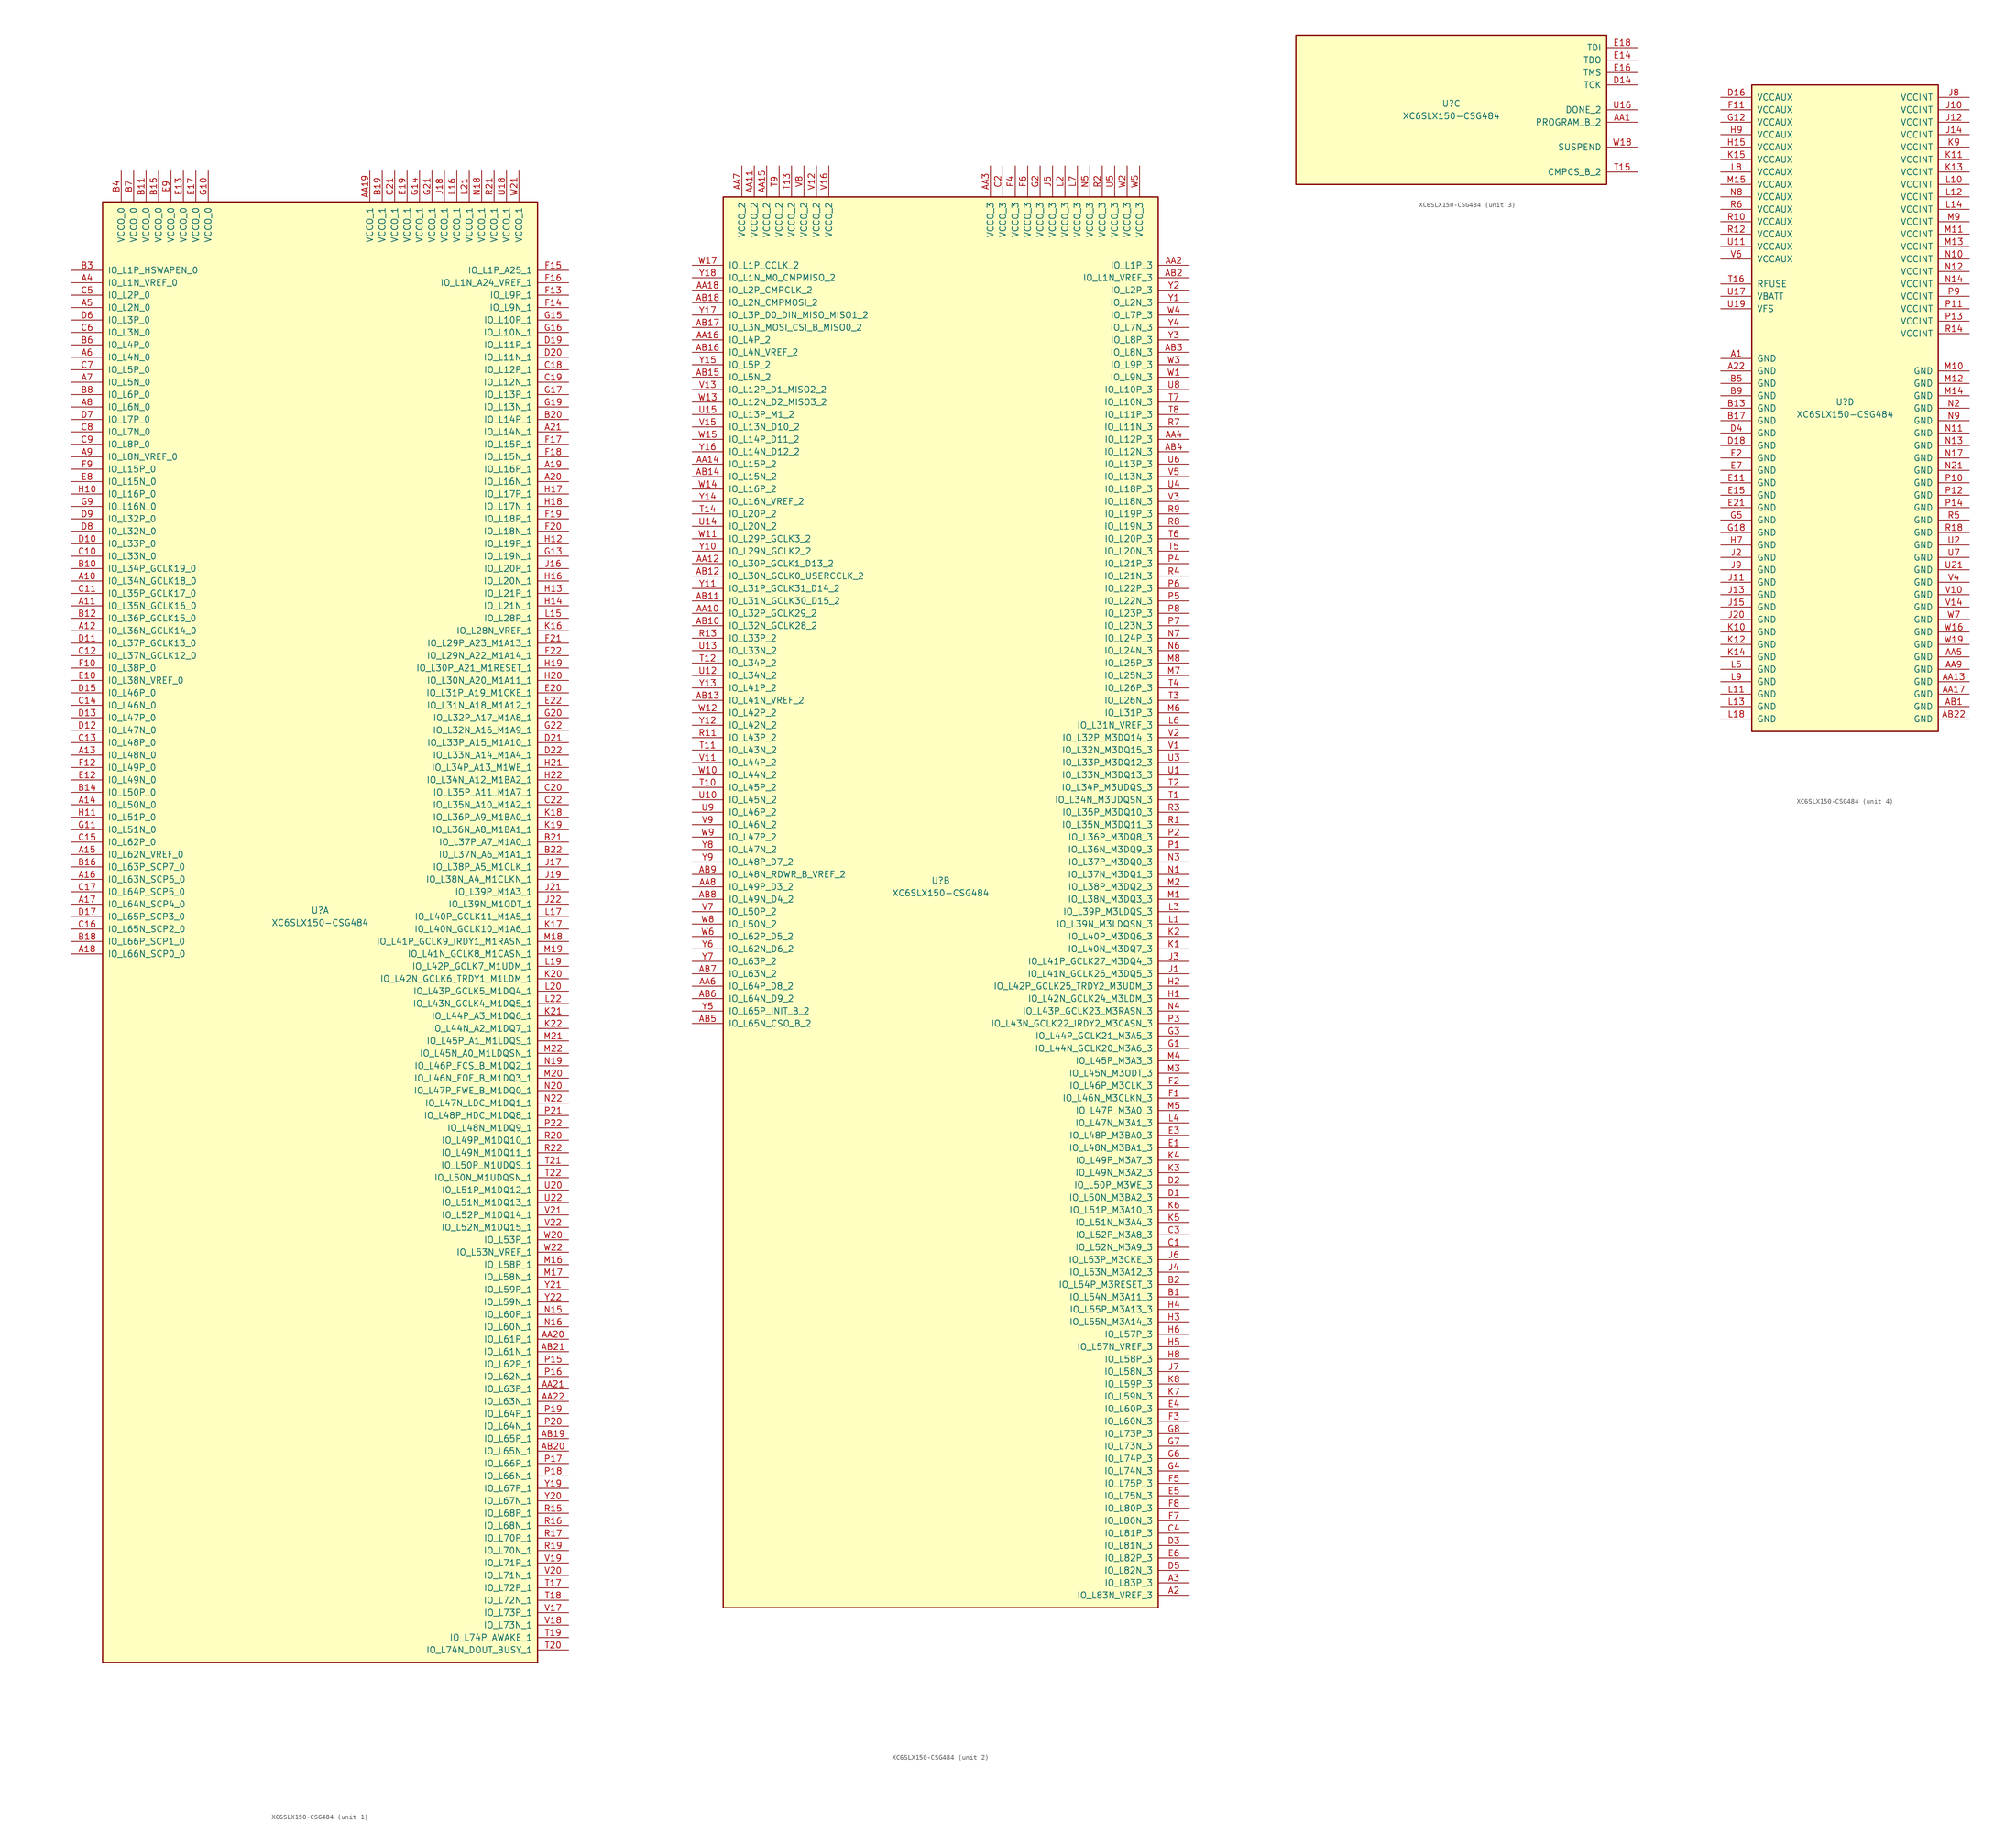
<source format=kicad_sym>
(kicad_symbol_lib
  (version 20211014)
  (generator kicad_symbol_editor)
  (symbol "XC6SLX150-CSG484"
    (pin_names
      (offset 1.016))
    (property "Reference" "U"
      (at 0 1.27 0)
      (effects (font (size 1.27 1.27))))
    (property "Value" "XC6SLX150-CSG484"
      (at 0 -1.27 0)
      (effects (font (size 1.27 1.27))))
    (property "Datasheet" ""
      (at 0 0 0)
      (effects (font (size 1.27 1.27))))
    (property "ki_locked" ""
      (at 0 0 0)
      (effects (font (size 1.27 1.27))))
    (symbol "XC6SLX150-CSG484_1_1"
      (rectangle (start -44.45 146.05) (end 44.45 -152.4) (stroke (width 0.254) (type default) (color 0 0 0 0)) (fill (type background)))
      (pin bidirectional line (at -50.8 68.58 0) (length 6.35) (name "IO_L34N_GCLK18_0" (effects (font (size 1.27 1.27)))) (number "A10" (effects (font (size 1.27 1.27)))))
      (pin bidirectional line (at -50.8 63.5 0) (length 6.35) (name "IO_L35N_GCLK16_0" (effects (font (size 1.27 1.27)))) (number "A11" (effects (font (size 1.27 1.27)))))
      (pin bidirectional line (at -50.8 58.42 0) (length 6.35) (name "IO_L36N_GCLK14_0" (effects (font (size 1.27 1.27)))) (number "A12" (effects (font (size 1.27 1.27)))))
      (pin bidirectional line (at -50.8 33.02 0) (length 6.35) (name "IO_L48N_0" (effects (font (size 1.27 1.27)))) (number "A13" (effects (font (size 1.27 1.27)))))
      (pin bidirectional line (at -50.8 22.86 0) (length 6.35) (name "IO_L50N_0" (effects (font (size 1.27 1.27)))) (number "A14" (effects (font (size 1.27 1.27)))))
      (pin bidirectional line (at -50.8 12.7 0) (length 6.35) (name "IO_L62N_VREF_0" (effects (font (size 1.27 1.27)))) (number "A15" (effects (font (size 1.27 1.27)))))
      (pin bidirectional line (at -50.8 7.62 0) (length 6.35) (name "IO_L63N_SCP6_0" (effects (font (size 1.27 1.27)))) (number "A16" (effects (font (size 1.27 1.27)))))
      (pin bidirectional line (at -50.8 2.54 0) (length 6.35) (name "IO_L64N_SCP4_0" (effects (font (size 1.27 1.27)))) (number "A17" (effects (font (size 1.27 1.27)))))
      (pin bidirectional line (at -50.8 -7.62 0) (length 6.35) (name "IO_L66N_SCP0_0" (effects (font (size 1.27 1.27)))) (number "A18" (effects (font (size 1.27 1.27)))))
      (pin bidirectional line (at 50.8 91.44 180) (length 6.35) (name "IO_L16P_1" (effects (font (size 1.27 1.27)))) (number "A19" (effects (font (size 1.27 1.27)))))
      (pin bidirectional line (at 50.8 88.9 180) (length 6.35) (name "IO_L16N_1" (effects (font (size 1.27 1.27)))) (number "A20" (effects (font (size 1.27 1.27)))))
      (pin bidirectional line (at 50.8 99.06 180) (length 6.35) (name "IO_L14N_1" (effects (font (size 1.27 1.27)))) (number "A21" (effects (font (size 1.27 1.27)))))
      (pin bidirectional line (at -50.8 129.54 0) (length 6.35) (name "IO_L1N_VREF_0" (effects (font (size 1.27 1.27)))) (number "A4" (effects (font (size 1.27 1.27)))))
      (pin bidirectional line (at -50.8 124.46 0) (length 6.35) (name "IO_L2N_0" (effects (font (size 1.27 1.27)))) (number "A5" (effects (font (size 1.27 1.27)))))
      (pin bidirectional line (at -50.8 114.3 0) (length 6.35) (name "IO_L4N_0" (effects (font (size 1.27 1.27)))) (number "A6" (effects (font (size 1.27 1.27)))))
      (pin bidirectional line (at -50.8 109.22 0) (length 6.35) (name "IO_L5N_0" (effects (font (size 1.27 1.27)))) (number "A7" (effects (font (size 1.27 1.27)))))
      (pin bidirectional line (at -50.8 104.14 0) (length 6.35) (name "IO_L6N_0" (effects (font (size 1.27 1.27)))) (number "A8" (effects (font (size 1.27 1.27)))))
      (pin bidirectional line (at -50.8 93.98 0) (length 6.35) (name "IO_L8N_VREF_0" (effects (font (size 1.27 1.27)))) (number "A9" (effects (font (size 1.27 1.27)))))
      (pin power_in line (at 10.16 152.4 270) (length 6.35) (name "VCCO_1" (effects (font (size 1.27 1.27)))) (number "AA19" (effects (font (size 1.27 1.27)))))
      (pin bidirectional line (at 50.8 -86.36 180) (length 6.35) (name "IO_L61P_1" (effects (font (size 1.27 1.27)))) (number "AA20" (effects (font (size 1.27 1.27)))))
      (pin bidirectional line (at 50.8 -96.52 180) (length 6.35) (name "IO_L63P_1" (effects (font (size 1.27 1.27)))) (number "AA21" (effects (font (size 1.27 1.27)))))
      (pin bidirectional line (at 50.8 -99.06 180) (length 6.35) (name "IO_L63N_1" (effects (font (size 1.27 1.27)))) (number "AA22" (effects (font (size 1.27 1.27)))))
      (pin bidirectional line (at 50.8 -106.68 180) (length 6.35) (name "IO_L65P_1" (effects (font (size 1.27 1.27)))) (number "AB19" (effects (font (size 1.27 1.27)))))
      (pin bidirectional line (at 50.8 -109.22 180) (length 6.35) (name "IO_L65N_1" (effects (font (size 1.27 1.27)))) (number "AB20" (effects (font (size 1.27 1.27)))))
      (pin bidirectional line (at 50.8 -88.9 180) (length 6.35) (name "IO_L61N_1" (effects (font (size 1.27 1.27)))) (number "AB21" (effects (font (size 1.27 1.27)))))
      (pin bidirectional line (at -50.8 71.12 0) (length 6.35) (name "IO_L34P_GCLK19_0" (effects (font (size 1.27 1.27)))) (number "B10" (effects (font (size 1.27 1.27)))))
      (pin power_in line (at -35.56 152.4 270) (length 6.35) (name "VCCO_0" (effects (font (size 1.27 1.27)))) (number "B11" (effects (font (size 1.27 1.27)))))
      (pin bidirectional line (at -50.8 60.96 0) (length 6.35) (name "IO_L36P_GCLK15_0" (effects (font (size 1.27 1.27)))) (number "B12" (effects (font (size 1.27 1.27)))))
      (pin bidirectional line (at -50.8 25.4 0) (length 6.35) (name "IO_L50P_0" (effects (font (size 1.27 1.27)))) (number "B14" (effects (font (size 1.27 1.27)))))
      (pin power_in line (at -33.02 152.4 270) (length 6.35) (name "VCCO_0" (effects (font (size 1.27 1.27)))) (number "B15" (effects (font (size 1.27 1.27)))))
      (pin bidirectional line (at -50.8 10.16 0) (length 6.35) (name "IO_L63P_SCP7_0" (effects (font (size 1.27 1.27)))) (number "B16" (effects (font (size 1.27 1.27)))))
      (pin bidirectional line (at -50.8 -5.08 0) (length 6.35) (name "IO_L66P_SCP1_0" (effects (font (size 1.27 1.27)))) (number "B18" (effects (font (size 1.27 1.27)))))
      (pin power_in line (at 12.7 152.4 270) (length 6.35) (name "VCCO_1" (effects (font (size 1.27 1.27)))) (number "B19" (effects (font (size 1.27 1.27)))))
      (pin bidirectional line (at 50.8 101.6 180) (length 6.35) (name "IO_L14P_1" (effects (font (size 1.27 1.27)))) (number "B20" (effects (font (size 1.27 1.27)))))
      (pin bidirectional line (at 50.8 15.24 180) (length 6.35) (name "IO_L37P_A7_M1A0_1" (effects (font (size 1.27 1.27)))) (number "B21" (effects (font (size 1.27 1.27)))))
      (pin bidirectional line (at 50.8 12.7 180) (length 6.35) (name "IO_L37N_A6_M1A1_1" (effects (font (size 1.27 1.27)))) (number "B22" (effects (font (size 1.27 1.27)))))
      (pin bidirectional line (at -50.8 132.08 0) (length 6.35) (name "IO_L1P_HSWAPEN_0" (effects (font (size 1.27 1.27)))) (number "B3" (effects (font (size 1.27 1.27)))))
      (pin power_in line (at -40.64 152.4 270) (length 6.35) (name "VCCO_0" (effects (font (size 1.27 1.27)))) (number "B4" (effects (font (size 1.27 1.27)))))
      (pin bidirectional line (at -50.8 116.84 0) (length 6.35) (name "IO_L4P_0" (effects (font (size 1.27 1.27)))) (number "B6" (effects (font (size 1.27 1.27)))))
      (pin power_in line (at -38.1 152.4 270) (length 6.35) (name "VCCO_0" (effects (font (size 1.27 1.27)))) (number "B7" (effects (font (size 1.27 1.27)))))
      (pin bidirectional line (at -50.8 106.68 0) (length 6.35) (name "IO_L6P_0" (effects (font (size 1.27 1.27)))) (number "B8" (effects (font (size 1.27 1.27)))))
      (pin bidirectional line (at -50.8 73.66 0) (length 6.35) (name "IO_L33N_0" (effects (font (size 1.27 1.27)))) (number "C10" (effects (font (size 1.27 1.27)))))
      (pin bidirectional line (at -50.8 66.04 0) (length 6.35) (name "IO_L35P_GCLK17_0" (effects (font (size 1.27 1.27)))) (number "C11" (effects (font (size 1.27 1.27)))))
      (pin bidirectional line (at -50.8 53.34 0) (length 6.35) (name "IO_L37N_GCLK12_0" (effects (font (size 1.27 1.27)))) (number "C12" (effects (font (size 1.27 1.27)))))
      (pin bidirectional line (at -50.8 35.56 0) (length 6.35) (name "IO_L48P_0" (effects (font (size 1.27 1.27)))) (number "C13" (effects (font (size 1.27 1.27)))))
      (pin bidirectional line (at -50.8 43.18 0) (length 6.35) (name "IO_L46N_0" (effects (font (size 1.27 1.27)))) (number "C14" (effects (font (size 1.27 1.27)))))
      (pin bidirectional line (at -50.8 15.24 0) (length 6.35) (name "IO_L62P_0" (effects (font (size 1.27 1.27)))) (number "C15" (effects (font (size 1.27 1.27)))))
      (pin bidirectional line (at -50.8 -2.54 0) (length 6.35) (name "IO_L65N_SCP2_0" (effects (font (size 1.27 1.27)))) (number "C16" (effects (font (size 1.27 1.27)))))
      (pin bidirectional line (at -50.8 5.08 0) (length 6.35) (name "IO_L64P_SCP5_0" (effects (font (size 1.27 1.27)))) (number "C17" (effects (font (size 1.27 1.27)))))
      (pin bidirectional line (at 50.8 111.76 180) (length 6.35) (name "IO_L12P_1" (effects (font (size 1.27 1.27)))) (number "C18" (effects (font (size 1.27 1.27)))))
      (pin bidirectional line (at 50.8 109.22 180) (length 6.35) (name "IO_L12N_1" (effects (font (size 1.27 1.27)))) (number "C19" (effects (font (size 1.27 1.27)))))
      (pin bidirectional line (at 50.8 25.4 180) (length 6.35) (name "IO_L35P_A11_M1A7_1" (effects (font (size 1.27 1.27)))) (number "C20" (effects (font (size 1.27 1.27)))))
      (pin power_in line (at 15.24 152.4 270) (length 6.35) (name "VCCO_1" (effects (font (size 1.27 1.27)))) (number "C21" (effects (font (size 1.27 1.27)))))
      (pin bidirectional line (at 50.8 22.86 180) (length 6.35) (name "IO_L35N_A10_M1A2_1" (effects (font (size 1.27 1.27)))) (number "C22" (effects (font (size 1.27 1.27)))))
      (pin bidirectional line (at -50.8 127 0) (length 6.35) (name "IO_L2P_0" (effects (font (size 1.27 1.27)))) (number "C5" (effects (font (size 1.27 1.27)))))
      (pin bidirectional line (at -50.8 119.38 0) (length 6.35) (name "IO_L3N_0" (effects (font (size 1.27 1.27)))) (number "C6" (effects (font (size 1.27 1.27)))))
      (pin bidirectional line (at -50.8 111.76 0) (length 6.35) (name "IO_L5P_0" (effects (font (size 1.27 1.27)))) (number "C7" (effects (font (size 1.27 1.27)))))
      (pin bidirectional line (at -50.8 99.06 0) (length 6.35) (name "IO_L7N_0" (effects (font (size 1.27 1.27)))) (number "C8" (effects (font (size 1.27 1.27)))))
      (pin bidirectional line (at -50.8 96.52 0) (length 6.35) (name "IO_L8P_0" (effects (font (size 1.27 1.27)))) (number "C9" (effects (font (size 1.27 1.27)))))
      (pin bidirectional line (at -50.8 76.2 0) (length 6.35) (name "IO_L33P_0" (effects (font (size 1.27 1.27)))) (number "D10" (effects (font (size 1.27 1.27)))))
      (pin bidirectional line (at -50.8 55.88 0) (length 6.35) (name "IO_L37P_GCLK13_0" (effects (font (size 1.27 1.27)))) (number "D11" (effects (font (size 1.27 1.27)))))
      (pin bidirectional line (at -50.8 38.1 0) (length 6.35) (name "IO_L47N_0" (effects (font (size 1.27 1.27)))) (number "D12" (effects (font (size 1.27 1.27)))))
      (pin bidirectional line (at -50.8 40.64 0) (length 6.35) (name "IO_L47P_0" (effects (font (size 1.27 1.27)))) (number "D13" (effects (font (size 1.27 1.27)))))
      (pin bidirectional line (at -50.8 45.72 0) (length 6.35) (name "IO_L46P_0" (effects (font (size 1.27 1.27)))) (number "D15" (effects (font (size 1.27 1.27)))))
      (pin bidirectional line (at -50.8 0 0) (length 6.35) (name "IO_L65P_SCP3_0" (effects (font (size 1.27 1.27)))) (number "D17" (effects (font (size 1.27 1.27)))))
      (pin bidirectional line (at 50.8 116.84 180) (length 6.35) (name "IO_L11P_1" (effects (font (size 1.27 1.27)))) (number "D19" (effects (font (size 1.27 1.27)))))
      (pin bidirectional line (at 50.8 114.3 180) (length 6.35) (name "IO_L11N_1" (effects (font (size 1.27 1.27)))) (number "D20" (effects (font (size 1.27 1.27)))))
      (pin bidirectional line (at 50.8 35.56 180) (length 6.35) (name "IO_L33P_A15_M1A10_1" (effects (font (size 1.27 1.27)))) (number "D21" (effects (font (size 1.27 1.27)))))
      (pin bidirectional line (at 50.8 33.02 180) (length 6.35) (name "IO_L33N_A14_M1A4_1" (effects (font (size 1.27 1.27)))) (number "D22" (effects (font (size 1.27 1.27)))))
      (pin bidirectional line (at -50.8 121.92 0) (length 6.35) (name "IO_L3P_0" (effects (font (size 1.27 1.27)))) (number "D6" (effects (font (size 1.27 1.27)))))
      (pin bidirectional line (at -50.8 101.6 0) (length 6.35) (name "IO_L7P_0" (effects (font (size 1.27 1.27)))) (number "D7" (effects (font (size 1.27 1.27)))))
      (pin bidirectional line (at -50.8 78.74 0) (length 6.35) (name "IO_L32N_0" (effects (font (size 1.27 1.27)))) (number "D8" (effects (font (size 1.27 1.27)))))
      (pin bidirectional line (at -50.8 81.28 0) (length 6.35) (name "IO_L32P_0" (effects (font (size 1.27 1.27)))) (number "D9" (effects (font (size 1.27 1.27)))))
      (pin bidirectional line (at -50.8 48.26 0) (length 6.35) (name "IO_L38N_VREF_0" (effects (font (size 1.27 1.27)))) (number "E10" (effects (font (size 1.27 1.27)))))
      (pin bidirectional line (at -50.8 27.94 0) (length 6.35) (name "IO_L49N_0" (effects (font (size 1.27 1.27)))) (number "E12" (effects (font (size 1.27 1.27)))))
      (pin power_in line (at -27.94 152.4 270) (length 6.35) (name "VCCO_0" (effects (font (size 1.27 1.27)))) (number "E13" (effects (font (size 1.27 1.27)))))
      (pin power_in line (at -25.4 152.4 270) (length 6.35) (name "VCCO_0" (effects (font (size 1.27 1.27)))) (number "E17" (effects (font (size 1.27 1.27)))))
      (pin power_in line (at 17.78 152.4 270) (length 6.35) (name "VCCO_1" (effects (font (size 1.27 1.27)))) (number "E19" (effects (font (size 1.27 1.27)))))
      (pin bidirectional line (at 50.8 45.72 180) (length 6.35) (name "IO_L31P_A19_M1CKE_1" (effects (font (size 1.27 1.27)))) (number "E20" (effects (font (size 1.27 1.27)))))
      (pin bidirectional line (at 50.8 43.18 180) (length 6.35) (name "IO_L31N_A18_M1A12_1" (effects (font (size 1.27 1.27)))) (number "E22" (effects (font (size 1.27 1.27)))))
      (pin bidirectional line (at -50.8 88.9 0) (length 6.35) (name "IO_L15N_0" (effects (font (size 1.27 1.27)))) (number "E8" (effects (font (size 1.27 1.27)))))
      (pin power_in line (at -30.48 152.4 270) (length 6.35) (name "VCCO_0" (effects (font (size 1.27 1.27)))) (number "E9" (effects (font (size 1.27 1.27)))))
      (pin bidirectional line (at -50.8 50.8 0) (length 6.35) (name "IO_L38P_0" (effects (font (size 1.27 1.27)))) (number "F10" (effects (font (size 1.27 1.27)))))
      (pin bidirectional line (at -50.8 30.48 0) (length 6.35) (name "IO_L49P_0" (effects (font (size 1.27 1.27)))) (number "F12" (effects (font (size 1.27 1.27)))))
      (pin bidirectional line (at 50.8 127 180) (length 6.35) (name "IO_L9P_1" (effects (font (size 1.27 1.27)))) (number "F13" (effects (font (size 1.27 1.27)))))
      (pin bidirectional line (at 50.8 124.46 180) (length 6.35) (name "IO_L9N_1" (effects (font (size 1.27 1.27)))) (number "F14" (effects (font (size 1.27 1.27)))))
      (pin bidirectional line (at 50.8 132.08 180) (length 6.35) (name "IO_L1P_A25_1" (effects (font (size 1.27 1.27)))) (number "F15" (effects (font (size 1.27 1.27)))))
      (pin bidirectional line (at 50.8 129.54 180) (length 6.35) (name "IO_L1N_A24_VREF_1" (effects (font (size 1.27 1.27)))) (number "F16" (effects (font (size 1.27 1.27)))))
      (pin bidirectional line (at 50.8 96.52 180) (length 6.35) (name "IO_L15P_1" (effects (font (size 1.27 1.27)))) (number "F17" (effects (font (size 1.27 1.27)))))
      (pin bidirectional line (at 50.8 93.98 180) (length 6.35) (name "IO_L15N_1" (effects (font (size 1.27 1.27)))) (number "F18" (effects (font (size 1.27 1.27)))))
      (pin bidirectional line (at 50.8 81.28 180) (length 6.35) (name "IO_L18P_1" (effects (font (size 1.27 1.27)))) (number "F19" (effects (font (size 1.27 1.27)))))
      (pin bidirectional line (at 50.8 78.74 180) (length 6.35) (name "IO_L18N_1" (effects (font (size 1.27 1.27)))) (number "F20" (effects (font (size 1.27 1.27)))))
      (pin bidirectional line (at 50.8 55.88 180) (length 6.35) (name "IO_L29P_A23_M1A13_1" (effects (font (size 1.27 1.27)))) (number "F21" (effects (font (size 1.27 1.27)))))
      (pin bidirectional line (at 50.8 53.34 180) (length 6.35) (name "IO_L29N_A22_M1A14_1" (effects (font (size 1.27 1.27)))) (number "F22" (effects (font (size 1.27 1.27)))))
      (pin bidirectional line (at -50.8 91.44 0) (length 6.35) (name "IO_L15P_0" (effects (font (size 1.27 1.27)))) (number "F9" (effects (font (size 1.27 1.27)))))
      (pin power_in line (at -22.86 152.4 270) (length 6.35) (name "VCCO_0" (effects (font (size 1.27 1.27)))) (number "G10" (effects (font (size 1.27 1.27)))))
      (pin bidirectional line (at -50.8 17.78 0) (length 6.35) (name "IO_L51N_0" (effects (font (size 1.27 1.27)))) (number "G11" (effects (font (size 1.27 1.27)))))
      (pin bidirectional line (at 50.8 73.66 180) (length 6.35) (name "IO_L19N_1" (effects (font (size 1.27 1.27)))) (number "G13" (effects (font (size 1.27 1.27)))))
      (pin power_in line (at 20.32 152.4 270) (length 6.35) (name "VCCO_1" (effects (font (size 1.27 1.27)))) (number "G14" (effects (font (size 1.27 1.27)))))
      (pin bidirectional line (at 50.8 121.92 180) (length 6.35) (name "IO_L10P_1" (effects (font (size 1.27 1.27)))) (number "G15" (effects (font (size 1.27 1.27)))))
      (pin bidirectional line (at 50.8 119.38 180) (length 6.35) (name "IO_L10N_1" (effects (font (size 1.27 1.27)))) (number "G16" (effects (font (size 1.27 1.27)))))
      (pin bidirectional line (at 50.8 106.68 180) (length 6.35) (name "IO_L13P_1" (effects (font (size 1.27 1.27)))) (number "G17" (effects (font (size 1.27 1.27)))))
      (pin bidirectional line (at 50.8 104.14 180) (length 6.35) (name "IO_L13N_1" (effects (font (size 1.27 1.27)))) (number "G19" (effects (font (size 1.27 1.27)))))
      (pin bidirectional line (at 50.8 40.64 180) (length 6.35) (name "IO_L32P_A17_M1A8_1" (effects (font (size 1.27 1.27)))) (number "G20" (effects (font (size 1.27 1.27)))))
      (pin power_in line (at 22.86 152.4 270) (length 6.35) (name "VCCO_1" (effects (font (size 1.27 1.27)))) (number "G21" (effects (font (size 1.27 1.27)))))
      (pin bidirectional line (at 50.8 38.1 180) (length 6.35) (name "IO_L32N_A16_M1A9_1" (effects (font (size 1.27 1.27)))) (number "G22" (effects (font (size 1.27 1.27)))))
      (pin bidirectional line (at -50.8 83.82 0) (length 6.35) (name "IO_L16N_0" (effects (font (size 1.27 1.27)))) (number "G9" (effects (font (size 1.27 1.27)))))
      (pin bidirectional line (at -50.8 86.36 0) (length 6.35) (name "IO_L16P_0" (effects (font (size 1.27 1.27)))) (number "H10" (effects (font (size 1.27 1.27)))))
      (pin bidirectional line (at -50.8 20.32 0) (length 6.35) (name "IO_L51P_0" (effects (font (size 1.27 1.27)))) (number "H11" (effects (font (size 1.27 1.27)))))
      (pin bidirectional line (at 50.8 76.2 180) (length 6.35) (name "IO_L19P_1" (effects (font (size 1.27 1.27)))) (number "H12" (effects (font (size 1.27 1.27)))))
      (pin bidirectional line (at 50.8 66.04 180) (length 6.35) (name "IO_L21P_1" (effects (font (size 1.27 1.27)))) (number "H13" (effects (font (size 1.27 1.27)))))
      (pin bidirectional line (at 50.8 63.5 180) (length 6.35) (name "IO_L21N_1" (effects (font (size 1.27 1.27)))) (number "H14" (effects (font (size 1.27 1.27)))))
      (pin bidirectional line (at 50.8 68.58 180) (length 6.35) (name "IO_L20N_1" (effects (font (size 1.27 1.27)))) (number "H16" (effects (font (size 1.27 1.27)))))
      (pin bidirectional line (at 50.8 86.36 180) (length 6.35) (name "IO_L17P_1" (effects (font (size 1.27 1.27)))) (number "H17" (effects (font (size 1.27 1.27)))))
      (pin bidirectional line (at 50.8 83.82 180) (length 6.35) (name "IO_L17N_1" (effects (font (size 1.27 1.27)))) (number "H18" (effects (font (size 1.27 1.27)))))
      (pin bidirectional line (at 50.8 50.8 180) (length 6.35) (name "IO_L30P_A21_M1RESET_1" (effects (font (size 1.27 1.27)))) (number "H19" (effects (font (size 1.27 1.27)))))
      (pin bidirectional line (at 50.8 48.26 180) (length 6.35) (name "IO_L30N_A20_M1A11_1" (effects (font (size 1.27 1.27)))) (number "H20" (effects (font (size 1.27 1.27)))))
      (pin bidirectional line (at 50.8 30.48 180) (length 6.35) (name "IO_L34P_A13_M1WE_1" (effects (font (size 1.27 1.27)))) (number "H21" (effects (font (size 1.27 1.27)))))
      (pin bidirectional line (at 50.8 27.94 180) (length 6.35) (name "IO_L34N_A12_M1BA2_1" (effects (font (size 1.27 1.27)))) (number "H22" (effects (font (size 1.27 1.27)))))
      (pin bidirectional line (at 50.8 71.12 180) (length 6.35) (name "IO_L20P_1" (effects (font (size 1.27 1.27)))) (number "J16" (effects (font (size 1.27 1.27)))))
      (pin bidirectional line (at 50.8 10.16 180) (length 6.35) (name "IO_L38P_A5_M1CLK_1" (effects (font (size 1.27 1.27)))) (number "J17" (effects (font (size 1.27 1.27)))))
      (pin power_in line (at 25.4 152.4 270) (length 6.35) (name "VCCO_1" (effects (font (size 1.27 1.27)))) (number "J18" (effects (font (size 1.27 1.27)))))
      (pin bidirectional line (at 50.8 7.62 180) (length 6.35) (name "IO_L38N_A4_M1CLKN_1" (effects (font (size 1.27 1.27)))) (number "J19" (effects (font (size 1.27 1.27)))))
      (pin bidirectional line (at 50.8 5.08 180) (length 6.35) (name "IO_L39P_M1A3_1" (effects (font (size 1.27 1.27)))) (number "J21" (effects (font (size 1.27 1.27)))))
      (pin bidirectional line (at 50.8 2.54 180) (length 6.35) (name "IO_L39N_M1ODT_1" (effects (font (size 1.27 1.27)))) (number "J22" (effects (font (size 1.27 1.27)))))
      (pin bidirectional line (at 50.8 58.42 180) (length 6.35) (name "IO_L28N_VREF_1" (effects (font (size 1.27 1.27)))) (number "K16" (effects (font (size 1.27 1.27)))))
      (pin bidirectional line (at 50.8 -2.54 180) (length 6.35) (name "IO_L40N_GCLK10_M1A6_1" (effects (font (size 1.27 1.27)))) (number "K17" (effects (font (size 1.27 1.27)))))
      (pin bidirectional line (at 50.8 20.32 180) (length 6.35) (name "IO_L36P_A9_M1BA0_1" (effects (font (size 1.27 1.27)))) (number "K18" (effects (font (size 1.27 1.27)))))
      (pin bidirectional line (at 50.8 17.78 180) (length 6.35) (name "IO_L36N_A8_M1BA1_1" (effects (font (size 1.27 1.27)))) (number "K19" (effects (font (size 1.27 1.27)))))
      (pin bidirectional line (at 50.8 -12.7 180) (length 6.35) (name "IO_L42N_GCLK6_TRDY1_M1LDM_1" (effects (font (size 1.27 1.27)))) (number "K20" (effects (font (size 1.27 1.27)))))
      (pin bidirectional line (at 50.8 -20.32 180) (length 6.35) (name "IO_L44P_A3_M1DQ6_1" (effects (font (size 1.27 1.27)))) (number "K21" (effects (font (size 1.27 1.27)))))
      (pin bidirectional line (at 50.8 -22.86 180) (length 6.35) (name "IO_L44N_A2_M1DQ7_1" (effects (font (size 1.27 1.27)))) (number "K22" (effects (font (size 1.27 1.27)))))
      (pin bidirectional line (at 50.8 60.96 180) (length 6.35) (name "IO_L28P_1" (effects (font (size 1.27 1.27)))) (number "L15" (effects (font (size 1.27 1.27)))))
      (pin power_in line (at 27.94 152.4 270) (length 6.35) (name "VCCO_1" (effects (font (size 1.27 1.27)))) (number "L16" (effects (font (size 1.27 1.27)))))
      (pin bidirectional line (at 50.8 0 180) (length 6.35) (name "IO_L40P_GCLK11_M1A5_1" (effects (font (size 1.27 1.27)))) (number "L17" (effects (font (size 1.27 1.27)))))
      (pin bidirectional line (at 50.8 -10.16 180) (length 6.35) (name "IO_L42P_GCLK7_M1UDM_1" (effects (font (size 1.27 1.27)))) (number "L19" (effects (font (size 1.27 1.27)))))
      (pin bidirectional line (at 50.8 -15.24 180) (length 6.35) (name "IO_L43P_GCLK5_M1DQ4_1" (effects (font (size 1.27 1.27)))) (number "L20" (effects (font (size 1.27 1.27)))))
      (pin power_in line (at 30.48 152.4 270) (length 6.35) (name "VCCO_1" (effects (font (size 1.27 1.27)))) (number "L21" (effects (font (size 1.27 1.27)))))
      (pin bidirectional line (at 50.8 -17.78 180) (length 6.35) (name "IO_L43N_GCLK4_M1DQ5_1" (effects (font (size 1.27 1.27)))) (number "L22" (effects (font (size 1.27 1.27)))))
      (pin bidirectional line (at 50.8 -71.12 180) (length 6.35) (name "IO_L58P_1" (effects (font (size 1.27 1.27)))) (number "M16" (effects (font (size 1.27 1.27)))))
      (pin bidirectional line (at 50.8 -73.66 180) (length 6.35) (name "IO_L58N_1" (effects (font (size 1.27 1.27)))) (number "M17" (effects (font (size 1.27 1.27)))))
      (pin bidirectional line (at 50.8 -5.08 180) (length 6.35) (name "IO_L41P_GCLK9_IRDY1_M1RASN_1" (effects (font (size 1.27 1.27)))) (number "M18" (effects (font (size 1.27 1.27)))))
      (pin bidirectional line (at 50.8 -7.62 180) (length 6.35) (name "IO_L41N_GCLK8_M1CASN_1" (effects (font (size 1.27 1.27)))) (number "M19" (effects (font (size 1.27 1.27)))))
      (pin bidirectional line (at 50.8 -33.02 180) (length 6.35) (name "IO_L46N_FOE_B_M1DQ3_1" (effects (font (size 1.27 1.27)))) (number "M20" (effects (font (size 1.27 1.27)))))
      (pin bidirectional line (at 50.8 -25.4 180) (length 6.35) (name "IO_L45P_A1_M1LDQS_1" (effects (font (size 1.27 1.27)))) (number "M21" (effects (font (size 1.27 1.27)))))
      (pin bidirectional line (at 50.8 -27.94 180) (length 6.35) (name "IO_L45N_A0_M1LDQSN_1" (effects (font (size 1.27 1.27)))) (number "M22" (effects (font (size 1.27 1.27)))))
      (pin bidirectional line (at 50.8 -81.28 180) (length 6.35) (name "IO_L60P_1" (effects (font (size 1.27 1.27)))) (number "N15" (effects (font (size 1.27 1.27)))))
      (pin bidirectional line (at 50.8 -83.82 180) (length 6.35) (name "IO_L60N_1" (effects (font (size 1.27 1.27)))) (number "N16" (effects (font (size 1.27 1.27)))))
      (pin power_in line (at 33.02 152.4 270) (length 6.35) (name "VCCO_1" (effects (font (size 1.27 1.27)))) (number "N18" (effects (font (size 1.27 1.27)))))
      (pin bidirectional line (at 50.8 -30.48 180) (length 6.35) (name "IO_L46P_FCS_B_M1DQ2_1" (effects (font (size 1.27 1.27)))) (number "N19" (effects (font (size 1.27 1.27)))))
      (pin bidirectional line (at 50.8 -35.56 180) (length 6.35) (name "IO_L47P_FWE_B_M1DQ0_1" (effects (font (size 1.27 1.27)))) (number "N20" (effects (font (size 1.27 1.27)))))
      (pin bidirectional line (at 50.8 -38.1 180) (length 6.35) (name "IO_L47N_LDC_M1DQ1_1" (effects (font (size 1.27 1.27)))) (number "N22" (effects (font (size 1.27 1.27)))))
      (pin bidirectional line (at 50.8 -91.44 180) (length 6.35) (name "IO_L62P_1" (effects (font (size 1.27 1.27)))) (number "P15" (effects (font (size 1.27 1.27)))))
      (pin bidirectional line (at 50.8 -93.98 180) (length 6.35) (name "IO_L62N_1" (effects (font (size 1.27 1.27)))) (number "P16" (effects (font (size 1.27 1.27)))))
      (pin bidirectional line (at 50.8 -111.76 180) (length 6.35) (name "IO_L66P_1" (effects (font (size 1.27 1.27)))) (number "P17" (effects (font (size 1.27 1.27)))))
      (pin bidirectional line (at 50.8 -114.3 180) (length 6.35) (name "IO_L66N_1" (effects (font (size 1.27 1.27)))) (number "P18" (effects (font (size 1.27 1.27)))))
      (pin bidirectional line (at 50.8 -101.6 180) (length 6.35) (name "IO_L64P_1" (effects (font (size 1.27 1.27)))) (number "P19" (effects (font (size 1.27 1.27)))))
      (pin bidirectional line (at 50.8 -104.14 180) (length 6.35) (name "IO_L64N_1" (effects (font (size 1.27 1.27)))) (number "P20" (effects (font (size 1.27 1.27)))))
      (pin bidirectional line (at 50.8 -40.64 180) (length 6.35) (name "IO_L48P_HDC_M1DQ8_1" (effects (font (size 1.27 1.27)))) (number "P21" (effects (font (size 1.27 1.27)))))
      (pin bidirectional line (at 50.8 -43.18 180) (length 6.35) (name "IO_L48N_M1DQ9_1" (effects (font (size 1.27 1.27)))) (number "P22" (effects (font (size 1.27 1.27)))))
      (pin bidirectional line (at 50.8 -121.92 180) (length 6.35) (name "IO_L68P_1" (effects (font (size 1.27 1.27)))) (number "R15" (effects (font (size 1.27 1.27)))))
      (pin bidirectional line (at 50.8 -124.46 180) (length 6.35) (name "IO_L68N_1" (effects (font (size 1.27 1.27)))) (number "R16" (effects (font (size 1.27 1.27)))))
      (pin bidirectional line (at 50.8 -127 180) (length 6.35) (name "IO_L70P_1" (effects (font (size 1.27 1.27)))) (number "R17" (effects (font (size 1.27 1.27)))))
      (pin bidirectional line (at 50.8 -129.54 180) (length 6.35) (name "IO_L70N_1" (effects (font (size 1.27 1.27)))) (number "R19" (effects (font (size 1.27 1.27)))))
      (pin bidirectional line (at 50.8 -45.72 180) (length 6.35) (name "IO_L49P_M1DQ10_1" (effects (font (size 1.27 1.27)))) (number "R20" (effects (font (size 1.27 1.27)))))
      (pin power_in line (at 35.56 152.4 270) (length 6.35) (name "VCCO_1" (effects (font (size 1.27 1.27)))) (number "R21" (effects (font (size 1.27 1.27)))))
      (pin bidirectional line (at 50.8 -48.26 180) (length 6.35) (name "IO_L49N_M1DQ11_1" (effects (font (size 1.27 1.27)))) (number "R22" (effects (font (size 1.27 1.27)))))
      (pin bidirectional line (at 50.8 -137.16 180) (length 6.35) (name "IO_L72P_1" (effects (font (size 1.27 1.27)))) (number "T17" (effects (font (size 1.27 1.27)))))
      (pin bidirectional line (at 50.8 -139.7 180) (length 6.35) (name "IO_L72N_1" (effects (font (size 1.27 1.27)))) (number "T18" (effects (font (size 1.27 1.27)))))
      (pin bidirectional line (at 50.8 -147.32 180) (length 6.35) (name "IO_L74P_AWAKE_1" (effects (font (size 1.27 1.27)))) (number "T19" (effects (font (size 1.27 1.27)))))
      (pin bidirectional line (at 50.8 -149.86 180) (length 6.35) (name "IO_L74N_DOUT_BUSY_1" (effects (font (size 1.27 1.27)))) (number "T20" (effects (font (size 1.27 1.27)))))
      (pin bidirectional line (at 50.8 -50.8 180) (length 6.35) (name "IO_L50P_M1UDQS_1" (effects (font (size 1.27 1.27)))) (number "T21" (effects (font (size 1.27 1.27)))))
      (pin bidirectional line (at 50.8 -53.34 180) (length 6.35) (name "IO_L50N_M1UDQSN_1" (effects (font (size 1.27 1.27)))) (number "T22" (effects (font (size 1.27 1.27)))))
      (pin power_in line (at 38.1 152.4 270) (length 6.35) (name "VCCO_1" (effects (font (size 1.27 1.27)))) (number "U18" (effects (font (size 1.27 1.27)))))
      (pin bidirectional line (at 50.8 -55.88 180) (length 6.35) (name "IO_L51P_M1DQ12_1" (effects (font (size 1.27 1.27)))) (number "U20" (effects (font (size 1.27 1.27)))))
      (pin bidirectional line (at 50.8 -58.42 180) (length 6.35) (name "IO_L51N_M1DQ13_1" (effects (font (size 1.27 1.27)))) (number "U22" (effects (font (size 1.27 1.27)))))
      (pin bidirectional line (at 50.8 -142.24 180) (length 6.35) (name "IO_L73P_1" (effects (font (size 1.27 1.27)))) (number "V17" (effects (font (size 1.27 1.27)))))
      (pin bidirectional line (at 50.8 -144.78 180) (length 6.35) (name "IO_L73N_1" (effects (font (size 1.27 1.27)))) (number "V18" (effects (font (size 1.27 1.27)))))
      (pin bidirectional line (at 50.8 -132.08 180) (length 6.35) (name "IO_L71P_1" (effects (font (size 1.27 1.27)))) (number "V19" (effects (font (size 1.27 1.27)))))
      (pin bidirectional line (at 50.8 -134.62 180) (length 6.35) (name "IO_L71N_1" (effects (font (size 1.27 1.27)))) (number "V20" (effects (font (size 1.27 1.27)))))
      (pin bidirectional line (at 50.8 -60.96 180) (length 6.35) (name "IO_L52P_M1DQ14_1" (effects (font (size 1.27 1.27)))) (number "V21" (effects (font (size 1.27 1.27)))))
      (pin bidirectional line (at 50.8 -63.5 180) (length 6.35) (name "IO_L52N_M1DQ15_1" (effects (font (size 1.27 1.27)))) (number "V22" (effects (font (size 1.27 1.27)))))
      (pin bidirectional line (at 50.8 -66.04 180) (length 6.35) (name "IO_L53P_1" (effects (font (size 1.27 1.27)))) (number "W20" (effects (font (size 1.27 1.27)))))
      (pin power_in line (at 40.64 152.4 270) (length 6.35) (name "VCCO_1" (effects (font (size 1.27 1.27)))) (number "W21" (effects (font (size 1.27 1.27)))))
      (pin bidirectional line (at 50.8 -68.58 180) (length 6.35) (name "IO_L53N_VREF_1" (effects (font (size 1.27 1.27)))) (number "W22" (effects (font (size 1.27 1.27)))))
      (pin bidirectional line (at 50.8 -116.84 180) (length 6.35) (name "IO_L67P_1" (effects (font (size 1.27 1.27)))) (number "Y19" (effects (font (size 1.27 1.27)))))
      (pin bidirectional line (at 50.8 -119.38 180) (length 6.35) (name "IO_L67N_1" (effects (font (size 1.27 1.27)))) (number "Y20" (effects (font (size 1.27 1.27)))))
      (pin bidirectional line (at 50.8 -76.2 180) (length 6.35) (name "IO_L59P_1" (effects (font (size 1.27 1.27)))) (number "Y21" (effects (font (size 1.27 1.27)))))
      (pin bidirectional line (at 50.8 -78.74 180) (length 6.35) (name "IO_L59N_1" (effects (font (size 1.27 1.27)))) (number "Y22" (effects (font (size 1.27 1.27))))))
    (symbol "XC6SLX150-CSG484_2_1"
      (rectangle (start -44.45 140.97) (end 44.45 -147.32) (stroke (width 0.254) (type default) (color 0 0 0 0)) (fill (type background)))
      (pin bidirectional line (at 50.8 -144.78 180) (length 6.35) (name "IO_L83N_VREF_3" (effects (font (size 1.27 1.27)))) (number "A2" (effects (font (size 1.27 1.27)))))
      (pin bidirectional line (at 50.8 -142.24 180) (length 6.35) (name "IO_L83P_3" (effects (font (size 1.27 1.27)))) (number "A3" (effects (font (size 1.27 1.27)))))
      (pin bidirectional line (at -50.8 55.88 0) (length 6.35) (name "IO_L32P_GCLK29_2" (effects (font (size 1.27 1.27)))) (number "AA10" (effects (font (size 1.27 1.27)))))
      (pin power_in line (at -38.1 147.32 270) (length 6.35) (name "VCCO_2" (effects (font (size 1.27 1.27)))) (number "AA11" (effects (font (size 1.27 1.27)))))
      (pin bidirectional line (at -50.8 66.04 0) (length 6.35) (name "IO_L30P_GCLK1_D13_2" (effects (font (size 1.27 1.27)))) (number "AA12" (effects (font (size 1.27 1.27)))))
      (pin bidirectional line (at -50.8 86.36 0) (length 6.35) (name "IO_L15P_2" (effects (font (size 1.27 1.27)))) (number "AA14" (effects (font (size 1.27 1.27)))))
      (pin power_in line (at -35.56 147.32 270) (length 6.35) (name "VCCO_2" (effects (font (size 1.27 1.27)))) (number "AA15" (effects (font (size 1.27 1.27)))))
      (pin bidirectional line (at -50.8 111.76 0) (length 6.35) (name "IO_L4P_2" (effects (font (size 1.27 1.27)))) (number "AA16" (effects (font (size 1.27 1.27)))))
      (pin bidirectional line (at -50.8 121.92 0) (length 6.35) (name "IO_L2P_CMPCLK_2" (effects (font (size 1.27 1.27)))) (number "AA18" (effects (font (size 1.27 1.27)))))
      (pin bidirectional line (at 50.8 127 180) (length 6.35) (name "IO_L1P_3" (effects (font (size 1.27 1.27)))) (number "AA2" (effects (font (size 1.27 1.27)))))
      (pin power_in line (at 10.16 147.32 270) (length 6.35) (name "VCCO_3" (effects (font (size 1.27 1.27)))) (number "AA3" (effects (font (size 1.27 1.27)))))
      (pin bidirectional line (at 50.8 91.44 180) (length 6.35) (name "IO_L12P_3" (effects (font (size 1.27 1.27)))) (number "AA4" (effects (font (size 1.27 1.27)))))
      (pin bidirectional line (at -50.8 -20.32 0) (length 6.35) (name "IO_L64P_D8_2" (effects (font (size 1.27 1.27)))) (number "AA6" (effects (font (size 1.27 1.27)))))
      (pin power_in line (at -40.64 147.32 270) (length 6.35) (name "VCCO_2" (effects (font (size 1.27 1.27)))) (number "AA7" (effects (font (size 1.27 1.27)))))
      (pin bidirectional line (at -50.8 0 0) (length 6.35) (name "IO_L49P_D3_2" (effects (font (size 1.27 1.27)))) (number "AA8" (effects (font (size 1.27 1.27)))))
      (pin bidirectional line (at -50.8 53.34 0) (length 6.35) (name "IO_L32N_GCLK28_2" (effects (font (size 1.27 1.27)))) (number "AB10" (effects (font (size 1.27 1.27)))))
      (pin bidirectional line (at -50.8 58.42 0) (length 6.35) (name "IO_L31N_GCLK30_D15_2" (effects (font (size 1.27 1.27)))) (number "AB11" (effects (font (size 1.27 1.27)))))
      (pin bidirectional line (at -50.8 63.5 0) (length 6.35) (name "IO_L30N_GCLK0_USERCCLK_2" (effects (font (size 1.27 1.27)))) (number "AB12" (effects (font (size 1.27 1.27)))))
      (pin bidirectional line (at -50.8 38.1 0) (length 6.35) (name "IO_L41N_VREF_2" (effects (font (size 1.27 1.27)))) (number "AB13" (effects (font (size 1.27 1.27)))))
      (pin bidirectional line (at -50.8 83.82 0) (length 6.35) (name "IO_L15N_2" (effects (font (size 1.27 1.27)))) (number "AB14" (effects (font (size 1.27 1.27)))))
      (pin bidirectional line (at -50.8 104.14 0) (length 6.35) (name "IO_L5N_2" (effects (font (size 1.27 1.27)))) (number "AB15" (effects (font (size 1.27 1.27)))))
      (pin bidirectional line (at -50.8 109.22 0) (length 6.35) (name "IO_L4N_VREF_2" (effects (font (size 1.27 1.27)))) (number "AB16" (effects (font (size 1.27 1.27)))))
      (pin bidirectional line (at -50.8 114.3 0) (length 6.35) (name "IO_L3N_MOSI_CSI_B_MISO0_2" (effects (font (size 1.27 1.27)))) (number "AB17" (effects (font (size 1.27 1.27)))))
      (pin bidirectional line (at -50.8 119.38 0) (length 6.35) (name "IO_L2N_CMPMOSI_2" (effects (font (size 1.27 1.27)))) (number "AB18" (effects (font (size 1.27 1.27)))))
      (pin bidirectional line (at 50.8 124.46 180) (length 6.35) (name "IO_L1N_VREF_3" (effects (font (size 1.27 1.27)))) (number "AB2" (effects (font (size 1.27 1.27)))))
      (pin bidirectional line (at 50.8 109.22 180) (length 6.35) (name "IO_L8N_3" (effects (font (size 1.27 1.27)))) (number "AB3" (effects (font (size 1.27 1.27)))))
      (pin bidirectional line (at 50.8 88.9 180) (length 6.35) (name "IO_L12N_3" (effects (font (size 1.27 1.27)))) (number "AB4" (effects (font (size 1.27 1.27)))))
      (pin bidirectional line (at -50.8 -27.94 0) (length 6.35) (name "IO_L65N_CSO_B_2" (effects (font (size 1.27 1.27)))) (number "AB5" (effects (font (size 1.27 1.27)))))
      (pin bidirectional line (at -50.8 -22.86 0) (length 6.35) (name "IO_L64N_D9_2" (effects (font (size 1.27 1.27)))) (number "AB6" (effects (font (size 1.27 1.27)))))
      (pin bidirectional line (at -50.8 -17.78 0) (length 6.35) (name "IO_L63N_2" (effects (font (size 1.27 1.27)))) (number "AB7" (effects (font (size 1.27 1.27)))))
      (pin bidirectional line (at -50.8 -2.54 0) (length 6.35) (name "IO_L49N_D4_2" (effects (font (size 1.27 1.27)))) (number "AB8" (effects (font (size 1.27 1.27)))))
      (pin bidirectional line (at -50.8 2.54 0) (length 6.35) (name "IO_L48N_RDWR_B_VREF_2" (effects (font (size 1.27 1.27)))) (number "AB9" (effects (font (size 1.27 1.27)))))
      (pin bidirectional line (at 50.8 -83.82 180) (length 6.35) (name "IO_L54N_M3A11_3" (effects (font (size 1.27 1.27)))) (number "B1" (effects (font (size 1.27 1.27)))))
      (pin bidirectional line (at 50.8 -81.28 180) (length 6.35) (name "IO_L54P_M3RESET_3" (effects (font (size 1.27 1.27)))) (number "B2" (effects (font (size 1.27 1.27)))))
      (pin bidirectional line (at 50.8 -73.66 180) (length 6.35) (name "IO_L52N_M3A9_3" (effects (font (size 1.27 1.27)))) (number "C1" (effects (font (size 1.27 1.27)))))
      (pin power_in line (at 12.7 147.32 270) (length 6.35) (name "VCCO_3" (effects (font (size 1.27 1.27)))) (number "C2" (effects (font (size 1.27 1.27)))))
      (pin bidirectional line (at 50.8 -71.12 180) (length 6.35) (name "IO_L52P_M3A8_3" (effects (font (size 1.27 1.27)))) (number "C3" (effects (font (size 1.27 1.27)))))
      (pin bidirectional line (at 50.8 -132.08 180) (length 6.35) (name "IO_L81P_3" (effects (font (size 1.27 1.27)))) (number "C4" (effects (font (size 1.27 1.27)))))
      (pin bidirectional line (at 50.8 -63.5 180) (length 6.35) (name "IO_L50N_M3BA2_3" (effects (font (size 1.27 1.27)))) (number "D1" (effects (font (size 1.27 1.27)))))
      (pin bidirectional line (at 50.8 -60.96 180) (length 6.35) (name "IO_L50P_M3WE_3" (effects (font (size 1.27 1.27)))) (number "D2" (effects (font (size 1.27 1.27)))))
      (pin bidirectional line (at 50.8 -134.62 180) (length 6.35) (name "IO_L81N_3" (effects (font (size 1.27 1.27)))) (number "D3" (effects (font (size 1.27 1.27)))))
      (pin bidirectional line (at 50.8 -139.7 180) (length 6.35) (name "IO_L82N_3" (effects (font (size 1.27 1.27)))) (number "D5" (effects (font (size 1.27 1.27)))))
      (pin bidirectional line (at 50.8 -53.34 180) (length 6.35) (name "IO_L48N_M3BA1_3" (effects (font (size 1.27 1.27)))) (number "E1" (effects (font (size 1.27 1.27)))))
      (pin bidirectional line (at 50.8 -50.8 180) (length 6.35) (name "IO_L48P_M3BA0_3" (effects (font (size 1.27 1.27)))) (number "E3" (effects (font (size 1.27 1.27)))))
      (pin bidirectional line (at 50.8 -106.68 180) (length 6.35) (name "IO_L60P_3" (effects (font (size 1.27 1.27)))) (number "E4" (effects (font (size 1.27 1.27)))))
      (pin bidirectional line (at 50.8 -124.46 180) (length 6.35) (name "IO_L75N_3" (effects (font (size 1.27 1.27)))) (number "E5" (effects (font (size 1.27 1.27)))))
      (pin bidirectional line (at 50.8 -137.16 180) (length 6.35) (name "IO_L82P_3" (effects (font (size 1.27 1.27)))) (number "E6" (effects (font (size 1.27 1.27)))))
      (pin bidirectional line (at 50.8 -43.18 180) (length 6.35) (name "IO_L46N_M3CLKN_3" (effects (font (size 1.27 1.27)))) (number "F1" (effects (font (size 1.27 1.27)))))
      (pin bidirectional line (at 50.8 -40.64 180) (length 6.35) (name "IO_L46P_M3CLK_3" (effects (font (size 1.27 1.27)))) (number "F2" (effects (font (size 1.27 1.27)))))
      (pin bidirectional line (at 50.8 -109.22 180) (length 6.35) (name "IO_L60N_3" (effects (font (size 1.27 1.27)))) (number "F3" (effects (font (size 1.27 1.27)))))
      (pin power_in line (at 15.24 147.32 270) (length 6.35) (name "VCCO_3" (effects (font (size 1.27 1.27)))) (number "F4" (effects (font (size 1.27 1.27)))))
      (pin bidirectional line (at 50.8 -121.92 180) (length 6.35) (name "IO_L75P_3" (effects (font (size 1.27 1.27)))) (number "F5" (effects (font (size 1.27 1.27)))))
      (pin power_in line (at 17.78 147.32 270) (length 6.35) (name "VCCO_3" (effects (font (size 1.27 1.27)))) (number "F6" (effects (font (size 1.27 1.27)))))
      (pin bidirectional line (at 50.8 -129.54 180) (length 6.35) (name "IO_L80N_3" (effects (font (size 1.27 1.27)))) (number "F7" (effects (font (size 1.27 1.27)))))
      (pin bidirectional line (at 50.8 -127 180) (length 6.35) (name "IO_L80P_3" (effects (font (size 1.27 1.27)))) (number "F8" (effects (font (size 1.27 1.27)))))
      (pin bidirectional line (at 50.8 -33.02 180) (length 6.35) (name "IO_L44N_GCLK20_M3A6_3" (effects (font (size 1.27 1.27)))) (number "G1" (effects (font (size 1.27 1.27)))))
      (pin power_in line (at 20.32 147.32 270) (length 6.35) (name "VCCO_3" (effects (font (size 1.27 1.27)))) (number "G2" (effects (font (size 1.27 1.27)))))
      (pin bidirectional line (at 50.8 -30.48 180) (length 6.35) (name "IO_L44P_GCLK21_M3A5_3" (effects (font (size 1.27 1.27)))) (number "G3" (effects (font (size 1.27 1.27)))))
      (pin bidirectional line (at 50.8 -119.38 180) (length 6.35) (name "IO_L74N_3" (effects (font (size 1.27 1.27)))) (number "G4" (effects (font (size 1.27 1.27)))))
      (pin bidirectional line (at 50.8 -116.84 180) (length 6.35) (name "IO_L74P_3" (effects (font (size 1.27 1.27)))) (number "G6" (effects (font (size 1.27 1.27)))))
      (pin bidirectional line (at 50.8 -114.3 180) (length 6.35) (name "IO_L73N_3" (effects (font (size 1.27 1.27)))) (number "G7" (effects (font (size 1.27 1.27)))))
      (pin bidirectional line (at 50.8 -111.76 180) (length 6.35) (name "IO_L73P_3" (effects (font (size 1.27 1.27)))) (number "G8" (effects (font (size 1.27 1.27)))))
      (pin bidirectional line (at 50.8 -22.86 180) (length 6.35) (name "IO_L42N_GCLK24_M3LDM_3" (effects (font (size 1.27 1.27)))) (number "H1" (effects (font (size 1.27 1.27)))))
      (pin bidirectional line (at 50.8 -20.32 180) (length 6.35) (name "IO_L42P_GCLK25_TRDY2_M3UDM_3" (effects (font (size 1.27 1.27)))) (number "H2" (effects (font (size 1.27 1.27)))))
      (pin bidirectional line (at 50.8 -88.9 180) (length 6.35) (name "IO_L55N_M3A14_3" (effects (font (size 1.27 1.27)))) (number "H3" (effects (font (size 1.27 1.27)))))
      (pin bidirectional line (at 50.8 -86.36 180) (length 6.35) (name "IO_L55P_M3A13_3" (effects (font (size 1.27 1.27)))) (number "H4" (effects (font (size 1.27 1.27)))))
      (pin bidirectional line (at 50.8 -93.98 180) (length 6.35) (name "IO_L57N_VREF_3" (effects (font (size 1.27 1.27)))) (number "H5" (effects (font (size 1.27 1.27)))))
      (pin bidirectional line (at 50.8 -91.44 180) (length 6.35) (name "IO_L57P_3" (effects (font (size 1.27 1.27)))) (number "H6" (effects (font (size 1.27 1.27)))))
      (pin bidirectional line (at 50.8 -96.52 180) (length 6.35) (name "IO_L58P_3" (effects (font (size 1.27 1.27)))) (number "H8" (effects (font (size 1.27 1.27)))))
      (pin bidirectional line (at 50.8 -17.78 180) (length 6.35) (name "IO_L41N_GCLK26_M3DQ5_3" (effects (font (size 1.27 1.27)))) (number "J1" (effects (font (size 1.27 1.27)))))
      (pin bidirectional line (at 50.8 -15.24 180) (length 6.35) (name "IO_L41P_GCLK27_M3DQ4_3" (effects (font (size 1.27 1.27)))) (number "J3" (effects (font (size 1.27 1.27)))))
      (pin bidirectional line (at 50.8 -78.74 180) (length 6.35) (name "IO_L53N_M3A12_3" (effects (font (size 1.27 1.27)))) (number "J4" (effects (font (size 1.27 1.27)))))
      (pin power_in line (at 22.86 147.32 270) (length 6.35) (name "VCCO_3" (effects (font (size 1.27 1.27)))) (number "J5" (effects (font (size 1.27 1.27)))))
      (pin bidirectional line (at 50.8 -76.2 180) (length 6.35) (name "IO_L53P_M3CKE_3" (effects (font (size 1.27 1.27)))) (number "J6" (effects (font (size 1.27 1.27)))))
      (pin bidirectional line (at 50.8 -99.06 180) (length 6.35) (name "IO_L58N_3" (effects (font (size 1.27 1.27)))) (number "J7" (effects (font (size 1.27 1.27)))))
      (pin bidirectional line (at 50.8 -12.7 180) (length 6.35) (name "IO_L40N_M3DQ7_3" (effects (font (size 1.27 1.27)))) (number "K1" (effects (font (size 1.27 1.27)))))
      (pin bidirectional line (at 50.8 -10.16 180) (length 6.35) (name "IO_L40P_M3DQ6_3" (effects (font (size 1.27 1.27)))) (number "K2" (effects (font (size 1.27 1.27)))))
      (pin bidirectional line (at 50.8 -58.42 180) (length 6.35) (name "IO_L49N_M3A2_3" (effects (font (size 1.27 1.27)))) (number "K3" (effects (font (size 1.27 1.27)))))
      (pin bidirectional line (at 50.8 -55.88 180) (length 6.35) (name "IO_L49P_M3A7_3" (effects (font (size 1.27 1.27)))) (number "K4" (effects (font (size 1.27 1.27)))))
      (pin bidirectional line (at 50.8 -68.58 180) (length 6.35) (name "IO_L51N_M3A4_3" (effects (font (size 1.27 1.27)))) (number "K5" (effects (font (size 1.27 1.27)))))
      (pin bidirectional line (at 50.8 -66.04 180) (length 6.35) (name "IO_L51P_M3A10_3" (effects (font (size 1.27 1.27)))) (number "K6" (effects (font (size 1.27 1.27)))))
      (pin bidirectional line (at 50.8 -104.14 180) (length 6.35) (name "IO_L59N_3" (effects (font (size 1.27 1.27)))) (number "K7" (effects (font (size 1.27 1.27)))))
      (pin bidirectional line (at 50.8 -101.6 180) (length 6.35) (name "IO_L59P_3" (effects (font (size 1.27 1.27)))) (number "K8" (effects (font (size 1.27 1.27)))))
      (pin bidirectional line (at 50.8 -7.62 180) (length 6.35) (name "IO_L39N_M3LDQSN_3" (effects (font (size 1.27 1.27)))) (number "L1" (effects (font (size 1.27 1.27)))))
      (pin power_in line (at 25.4 147.32 270) (length 6.35) (name "VCCO_3" (effects (font (size 1.27 1.27)))) (number "L2" (effects (font (size 1.27 1.27)))))
      (pin bidirectional line (at 50.8 -5.08 180) (length 6.35) (name "IO_L39P_M3LDQS_3" (effects (font (size 1.27 1.27)))) (number "L3" (effects (font (size 1.27 1.27)))))
      (pin bidirectional line (at 50.8 -48.26 180) (length 6.35) (name "IO_L47N_M3A1_3" (effects (font (size 1.27 1.27)))) (number "L4" (effects (font (size 1.27 1.27)))))
      (pin bidirectional line (at 50.8 33.02 180) (length 6.35) (name "IO_L31N_VREF_3" (effects (font (size 1.27 1.27)))) (number "L6" (effects (font (size 1.27 1.27)))))
      (pin power_in line (at 27.94 147.32 270) (length 6.35) (name "VCCO_3" (effects (font (size 1.27 1.27)))) (number "L7" (effects (font (size 1.27 1.27)))))
      (pin bidirectional line (at 50.8 -2.54 180) (length 6.35) (name "IO_L38N_M3DQ3_3" (effects (font (size 1.27 1.27)))) (number "M1" (effects (font (size 1.27 1.27)))))
      (pin bidirectional line (at 50.8 0 180) (length 6.35) (name "IO_L38P_M3DQ2_3" (effects (font (size 1.27 1.27)))) (number "M2" (effects (font (size 1.27 1.27)))))
      (pin bidirectional line (at 50.8 -38.1 180) (length 6.35) (name "IO_L45N_M3ODT_3" (effects (font (size 1.27 1.27)))) (number "M3" (effects (font (size 1.27 1.27)))))
      (pin bidirectional line (at 50.8 -35.56 180) (length 6.35) (name "IO_L45P_M3A3_3" (effects (font (size 1.27 1.27)))) (number "M4" (effects (font (size 1.27 1.27)))))
      (pin bidirectional line (at 50.8 -45.72 180) (length 6.35) (name "IO_L47P_M3A0_3" (effects (font (size 1.27 1.27)))) (number "M5" (effects (font (size 1.27 1.27)))))
      (pin bidirectional line (at 50.8 35.56 180) (length 6.35) (name "IO_L31P_3" (effects (font (size 1.27 1.27)))) (number "M6" (effects (font (size 1.27 1.27)))))
      (pin bidirectional line (at 50.8 43.18 180) (length 6.35) (name "IO_L25N_3" (effects (font (size 1.27 1.27)))) (number "M7" (effects (font (size 1.27 1.27)))))
      (pin bidirectional line (at 50.8 45.72 180) (length 6.35) (name "IO_L25P_3" (effects (font (size 1.27 1.27)))) (number "M8" (effects (font (size 1.27 1.27)))))
      (pin bidirectional line (at 50.8 2.54 180) (length 6.35) (name "IO_L37N_M3DQ1_3" (effects (font (size 1.27 1.27)))) (number "N1" (effects (font (size 1.27 1.27)))))
      (pin bidirectional line (at 50.8 5.08 180) (length 6.35) (name "IO_L37P_M3DQ0_3" (effects (font (size 1.27 1.27)))) (number "N3" (effects (font (size 1.27 1.27)))))
      (pin bidirectional line (at 50.8 -25.4 180) (length 6.35) (name "IO_L43P_GCLK23_M3RASN_3" (effects (font (size 1.27 1.27)))) (number "N4" (effects (font (size 1.27 1.27)))))
      (pin power_in line (at 30.48 147.32 270) (length 6.35) (name "VCCO_3" (effects (font (size 1.27 1.27)))) (number "N5" (effects (font (size 1.27 1.27)))))
      (pin bidirectional line (at 50.8 48.26 180) (length 6.35) (name "IO_L24N_3" (effects (font (size 1.27 1.27)))) (number "N6" (effects (font (size 1.27 1.27)))))
      (pin bidirectional line (at 50.8 50.8 180) (length 6.35) (name "IO_L24P_3" (effects (font (size 1.27 1.27)))) (number "N7" (effects (font (size 1.27 1.27)))))
      (pin bidirectional line (at 50.8 7.62 180) (length 6.35) (name "IO_L36N_M3DQ9_3" (effects (font (size 1.27 1.27)))) (number "P1" (effects (font (size 1.27 1.27)))))
      (pin bidirectional line (at 50.8 10.16 180) (length 6.35) (name "IO_L36P_M3DQ8_3" (effects (font (size 1.27 1.27)))) (number "P2" (effects (font (size 1.27 1.27)))))
      (pin bidirectional line (at 50.8 -27.94 180) (length 6.35) (name "IO_L43N_GCLK22_IRDY2_M3CASN_3" (effects (font (size 1.27 1.27)))) (number "P3" (effects (font (size 1.27 1.27)))))
      (pin bidirectional line (at 50.8 66.04 180) (length 6.35) (name "IO_L21P_3" (effects (font (size 1.27 1.27)))) (number "P4" (effects (font (size 1.27 1.27)))))
      (pin bidirectional line (at 50.8 58.42 180) (length 6.35) (name "IO_L22N_3" (effects (font (size 1.27 1.27)))) (number "P5" (effects (font (size 1.27 1.27)))))
      (pin bidirectional line (at 50.8 60.96 180) (length 6.35) (name "IO_L22P_3" (effects (font (size 1.27 1.27)))) (number "P6" (effects (font (size 1.27 1.27)))))
      (pin bidirectional line (at 50.8 53.34 180) (length 6.35) (name "IO_L23N_3" (effects (font (size 1.27 1.27)))) (number "P7" (effects (font (size 1.27 1.27)))))
      (pin bidirectional line (at 50.8 55.88 180) (length 6.35) (name "IO_L23P_3" (effects (font (size 1.27 1.27)))) (number "P8" (effects (font (size 1.27 1.27)))))
      (pin bidirectional line (at 50.8 12.7 180) (length 6.35) (name "IO_L35N_M3DQ11_3" (effects (font (size 1.27 1.27)))) (number "R1" (effects (font (size 1.27 1.27)))))
      (pin bidirectional line (at -50.8 30.48 0) (length 6.35) (name "IO_L43P_2" (effects (font (size 1.27 1.27)))) (number "R11" (effects (font (size 1.27 1.27)))))
      (pin bidirectional line (at -50.8 50.8 0) (length 6.35) (name "IO_L33P_2" (effects (font (size 1.27 1.27)))) (number "R13" (effects (font (size 1.27 1.27)))))
      (pin power_in line (at 33.02 147.32 270) (length 6.35) (name "VCCO_3" (effects (font (size 1.27 1.27)))) (number "R2" (effects (font (size 1.27 1.27)))))
      (pin bidirectional line (at 50.8 15.24 180) (length 6.35) (name "IO_L35P_M3DQ10_3" (effects (font (size 1.27 1.27)))) (number "R3" (effects (font (size 1.27 1.27)))))
      (pin bidirectional line (at 50.8 63.5 180) (length 6.35) (name "IO_L21N_3" (effects (font (size 1.27 1.27)))) (number "R4" (effects (font (size 1.27 1.27)))))
      (pin bidirectional line (at 50.8 93.98 180) (length 6.35) (name "IO_L11N_3" (effects (font (size 1.27 1.27)))) (number "R7" (effects (font (size 1.27 1.27)))))
      (pin bidirectional line (at 50.8 73.66 180) (length 6.35) (name "IO_L19N_3" (effects (font (size 1.27 1.27)))) (number "R8" (effects (font (size 1.27 1.27)))))
      (pin bidirectional line (at 50.8 76.2 180) (length 6.35) (name "IO_L19P_3" (effects (font (size 1.27 1.27)))) (number "R9" (effects (font (size 1.27 1.27)))))
      (pin bidirectional line (at 50.8 17.78 180) (length 6.35) (name "IO_L34N_M3UDQSN_3" (effects (font (size 1.27 1.27)))) (number "T1" (effects (font (size 1.27 1.27)))))
      (pin bidirectional line (at -50.8 20.32 0) (length 6.35) (name "IO_L45P_2" (effects (font (size 1.27 1.27)))) (number "T10" (effects (font (size 1.27 1.27)))))
      (pin bidirectional line (at -50.8 27.94 0) (length 6.35) (name "IO_L43N_2" (effects (font (size 1.27 1.27)))) (number "T11" (effects (font (size 1.27 1.27)))))
      (pin bidirectional line (at -50.8 45.72 0) (length 6.35) (name "IO_L34P_2" (effects (font (size 1.27 1.27)))) (number "T12" (effects (font (size 1.27 1.27)))))
      (pin power_in line (at -30.48 147.32 270) (length 6.35) (name "VCCO_2" (effects (font (size 1.27 1.27)))) (number "T13" (effects (font (size 1.27 1.27)))))
      (pin bidirectional line (at -50.8 76.2 0) (length 6.35) (name "IO_L20P_2" (effects (font (size 1.27 1.27)))) (number "T14" (effects (font (size 1.27 1.27)))))
      (pin bidirectional line (at 50.8 20.32 180) (length 6.35) (name "IO_L34P_M3UDQS_3" (effects (font (size 1.27 1.27)))) (number "T2" (effects (font (size 1.27 1.27)))))
      (pin bidirectional line (at 50.8 38.1 180) (length 6.35) (name "IO_L26N_3" (effects (font (size 1.27 1.27)))) (number "T3" (effects (font (size 1.27 1.27)))))
      (pin bidirectional line (at 50.8 40.64 180) (length 6.35) (name "IO_L26P_3" (effects (font (size 1.27 1.27)))) (number "T4" (effects (font (size 1.27 1.27)))))
      (pin bidirectional line (at 50.8 68.58 180) (length 6.35) (name "IO_L20N_3" (effects (font (size 1.27 1.27)))) (number "T5" (effects (font (size 1.27 1.27)))))
      (pin bidirectional line (at 50.8 71.12 180) (length 6.35) (name "IO_L20P_3" (effects (font (size 1.27 1.27)))) (number "T6" (effects (font (size 1.27 1.27)))))
      (pin bidirectional line (at 50.8 99.06 180) (length 6.35) (name "IO_L10N_3" (effects (font (size 1.27 1.27)))) (number "T7" (effects (font (size 1.27 1.27)))))
      (pin bidirectional line (at 50.8 96.52 180) (length 6.35) (name "IO_L11P_3" (effects (font (size 1.27 1.27)))) (number "T8" (effects (font (size 1.27 1.27)))))
      (pin power_in line (at -33.02 147.32 270) (length 6.35) (name "VCCO_2" (effects (font (size 1.27 1.27)))) (number "T9" (effects (font (size 1.27 1.27)))))
      (pin bidirectional line (at 50.8 22.86 180) (length 6.35) (name "IO_L33N_M3DQ13_3" (effects (font (size 1.27 1.27)))) (number "U1" (effects (font (size 1.27 1.27)))))
      (pin bidirectional line (at -50.8 17.78 0) (length 6.35) (name "IO_L45N_2" (effects (font (size 1.27 1.27)))) (number "U10" (effects (font (size 1.27 1.27)))))
      (pin bidirectional line (at -50.8 43.18 0) (length 6.35) (name "IO_L34N_2" (effects (font (size 1.27 1.27)))) (number "U12" (effects (font (size 1.27 1.27)))))
      (pin bidirectional line (at -50.8 48.26 0) (length 6.35) (name "IO_L33N_2" (effects (font (size 1.27 1.27)))) (number "U13" (effects (font (size 1.27 1.27)))))
      (pin bidirectional line (at -50.8 73.66 0) (length 6.35) (name "IO_L20N_2" (effects (font (size 1.27 1.27)))) (number "U14" (effects (font (size 1.27 1.27)))))
      (pin bidirectional line (at -50.8 96.52 0) (length 6.35) (name "IO_L13P_M1_2" (effects (font (size 1.27 1.27)))) (number "U15" (effects (font (size 1.27 1.27)))))
      (pin bidirectional line (at 50.8 25.4 180) (length 6.35) (name "IO_L33P_M3DQ12_3" (effects (font (size 1.27 1.27)))) (number "U3" (effects (font (size 1.27 1.27)))))
      (pin bidirectional line (at 50.8 81.28 180) (length 6.35) (name "IO_L18P_3" (effects (font (size 1.27 1.27)))) (number "U4" (effects (font (size 1.27 1.27)))))
      (pin power_in line (at 35.56 147.32 270) (length 6.35) (name "VCCO_3" (effects (font (size 1.27 1.27)))) (number "U5" (effects (font (size 1.27 1.27)))))
      (pin bidirectional line (at 50.8 86.36 180) (length 6.35) (name "IO_L13P_3" (effects (font (size 1.27 1.27)))) (number "U6" (effects (font (size 1.27 1.27)))))
      (pin bidirectional line (at 50.8 101.6 180) (length 6.35) (name "IO_L10P_3" (effects (font (size 1.27 1.27)))) (number "U8" (effects (font (size 1.27 1.27)))))
      (pin bidirectional line (at -50.8 15.24 0) (length 6.35) (name "IO_L46P_2" (effects (font (size 1.27 1.27)))) (number "U9" (effects (font (size 1.27 1.27)))))
      (pin bidirectional line (at 50.8 27.94 180) (length 6.35) (name "IO_L32N_M3DQ15_3" (effects (font (size 1.27 1.27)))) (number "V1" (effects (font (size 1.27 1.27)))))
      (pin bidirectional line (at -50.8 25.4 0) (length 6.35) (name "IO_L44P_2" (effects (font (size 1.27 1.27)))) (number "V11" (effects (font (size 1.27 1.27)))))
      (pin power_in line (at -25.4 147.32 270) (length 6.35) (name "VCCO_2" (effects (font (size 1.27 1.27)))) (number "V12" (effects (font (size 1.27 1.27)))))
      (pin bidirectional line (at -50.8 101.6 0) (length 6.35) (name "IO_L12P_D1_MISO2_2" (effects (font (size 1.27 1.27)))) (number "V13" (effects (font (size 1.27 1.27)))))
      (pin bidirectional line (at -50.8 93.98 0) (length 6.35) (name "IO_L13N_D10_2" (effects (font (size 1.27 1.27)))) (number "V15" (effects (font (size 1.27 1.27)))))
      (pin power_in line (at -22.86 147.32 270) (length 6.35) (name "VCCO_2" (effects (font (size 1.27 1.27)))) (number "V16" (effects (font (size 1.27 1.27)))))
      (pin bidirectional line (at 50.8 30.48 180) (length 6.35) (name "IO_L32P_M3DQ14_3" (effects (font (size 1.27 1.27)))) (number "V2" (effects (font (size 1.27 1.27)))))
      (pin bidirectional line (at 50.8 78.74 180) (length 6.35) (name "IO_L18N_3" (effects (font (size 1.27 1.27)))) (number "V3" (effects (font (size 1.27 1.27)))))
      (pin bidirectional line (at 50.8 83.82 180) (length 6.35) (name "IO_L13N_3" (effects (font (size 1.27 1.27)))) (number "V5" (effects (font (size 1.27 1.27)))))
      (pin bidirectional line (at -50.8 -5.08 0) (length 6.35) (name "IO_L50P_2" (effects (font (size 1.27 1.27)))) (number "V7" (effects (font (size 1.27 1.27)))))
      (pin power_in line (at -27.94 147.32 270) (length 6.35) (name "VCCO_2" (effects (font (size 1.27 1.27)))) (number "V8" (effects (font (size 1.27 1.27)))))
      (pin bidirectional line (at -50.8 12.7 0) (length 6.35) (name "IO_L46N_2" (effects (font (size 1.27 1.27)))) (number "V9" (effects (font (size 1.27 1.27)))))
      (pin bidirectional line (at 50.8 104.14 180) (length 6.35) (name "IO_L9N_3" (effects (font (size 1.27 1.27)))) (number "W1" (effects (font (size 1.27 1.27)))))
      (pin bidirectional line (at -50.8 22.86 0) (length 6.35) (name "IO_L44N_2" (effects (font (size 1.27 1.27)))) (number "W10" (effects (font (size 1.27 1.27)))))
      (pin bidirectional line (at -50.8 71.12 0) (length 6.35) (name "IO_L29P_GCLK3_2" (effects (font (size 1.27 1.27)))) (number "W11" (effects (font (size 1.27 1.27)))))
      (pin bidirectional line (at -50.8 35.56 0) (length 6.35) (name "IO_L42P_2" (effects (font (size 1.27 1.27)))) (number "W12" (effects (font (size 1.27 1.27)))))
      (pin bidirectional line (at -50.8 99.06 0) (length 6.35) (name "IO_L12N_D2_MISO3_2" (effects (font (size 1.27 1.27)))) (number "W13" (effects (font (size 1.27 1.27)))))
      (pin bidirectional line (at -50.8 81.28 0) (length 6.35) (name "IO_L16P_2" (effects (font (size 1.27 1.27)))) (number "W14" (effects (font (size 1.27 1.27)))))
      (pin bidirectional line (at -50.8 91.44 0) (length 6.35) (name "IO_L14P_D11_2" (effects (font (size 1.27 1.27)))) (number "W15" (effects (font (size 1.27 1.27)))))
      (pin bidirectional line (at -50.8 127 0) (length 6.35) (name "IO_L1P_CCLK_2" (effects (font (size 1.27 1.27)))) (number "W17" (effects (font (size 1.27 1.27)))))
      (pin power_in line (at 38.1 147.32 270) (length 6.35) (name "VCCO_3" (effects (font (size 1.27 1.27)))) (number "W2" (effects (font (size 1.27 1.27)))))
      (pin bidirectional line (at 50.8 106.68 180) (length 6.35) (name "IO_L9P_3" (effects (font (size 1.27 1.27)))) (number "W3" (effects (font (size 1.27 1.27)))))
      (pin bidirectional line (at 50.8 116.84 180) (length 6.35) (name "IO_L7P_3" (effects (font (size 1.27 1.27)))) (number "W4" (effects (font (size 1.27 1.27)))))
      (pin power_in line (at 40.64 147.32 270) (length 6.35) (name "VCCO_3" (effects (font (size 1.27 1.27)))) (number "W5" (effects (font (size 1.27 1.27)))))
      (pin bidirectional line (at -50.8 -10.16 0) (length 6.35) (name "IO_L62P_D5_2" (effects (font (size 1.27 1.27)))) (number "W6" (effects (font (size 1.27 1.27)))))
      (pin bidirectional line (at -50.8 -7.62 0) (length 6.35) (name "IO_L50N_2" (effects (font (size 1.27 1.27)))) (number "W8" (effects (font (size 1.27 1.27)))))
      (pin bidirectional line (at -50.8 10.16 0) (length 6.35) (name "IO_L47P_2" (effects (font (size 1.27 1.27)))) (number "W9" (effects (font (size 1.27 1.27)))))
      (pin bidirectional line (at 50.8 119.38 180) (length 6.35) (name "IO_L2N_3" (effects (font (size 1.27 1.27)))) (number "Y1" (effects (font (size 1.27 1.27)))))
      (pin bidirectional line (at -50.8 68.58 0) (length 6.35) (name "IO_L29N_GCLK2_2" (effects (font (size 1.27 1.27)))) (number "Y10" (effects (font (size 1.27 1.27)))))
      (pin bidirectional line (at -50.8 60.96 0) (length 6.35) (name "IO_L31P_GCLK31_D14_2" (effects (font (size 1.27 1.27)))) (number "Y11" (effects (font (size 1.27 1.27)))))
      (pin bidirectional line (at -50.8 33.02 0) (length 6.35) (name "IO_L42N_2" (effects (font (size 1.27 1.27)))) (number "Y12" (effects (font (size 1.27 1.27)))))
      (pin bidirectional line (at -50.8 40.64 0) (length 6.35) (name "IO_L41P_2" (effects (font (size 1.27 1.27)))) (number "Y13" (effects (font (size 1.27 1.27)))))
      (pin bidirectional line (at -50.8 78.74 0) (length 6.35) (name "IO_L16N_VREF_2" (effects (font (size 1.27 1.27)))) (number "Y14" (effects (font (size 1.27 1.27)))))
      (pin bidirectional line (at -50.8 106.68 0) (length 6.35) (name "IO_L5P_2" (effects (font (size 1.27 1.27)))) (number "Y15" (effects (font (size 1.27 1.27)))))
      (pin bidirectional line (at -50.8 88.9 0) (length 6.35) (name "IO_L14N_D12_2" (effects (font (size 1.27 1.27)))) (number "Y16" (effects (font (size 1.27 1.27)))))
      (pin bidirectional line (at -50.8 116.84 0) (length 6.35) (name "IO_L3P_D0_DIN_MISO_MISO1_2" (effects (font (size 1.27 1.27)))) (number "Y17" (effects (font (size 1.27 1.27)))))
      (pin bidirectional line (at -50.8 124.46 0) (length 6.35) (name "IO_L1N_M0_CMPMISO_2" (effects (font (size 1.27 1.27)))) (number "Y18" (effects (font (size 1.27 1.27)))))
      (pin bidirectional line (at 50.8 121.92 180) (length 6.35) (name "IO_L2P_3" (effects (font (size 1.27 1.27)))) (number "Y2" (effects (font (size 1.27 1.27)))))
      (pin bidirectional line (at 50.8 111.76 180) (length 6.35) (name "IO_L8P_3" (effects (font (size 1.27 1.27)))) (number "Y3" (effects (font (size 1.27 1.27)))))
      (pin bidirectional line (at 50.8 114.3 180) (length 6.35) (name "IO_L7N_3" (effects (font (size 1.27 1.27)))) (number "Y4" (effects (font (size 1.27 1.27)))))
      (pin bidirectional line (at -50.8 -25.4 0) (length 6.35) (name "IO_L65P_INIT_B_2" (effects (font (size 1.27 1.27)))) (number "Y5" (effects (font (size 1.27 1.27)))))
      (pin bidirectional line (at -50.8 -12.7 0) (length 6.35) (name "IO_L62N_D6_2" (effects (font (size 1.27 1.27)))) (number "Y6" (effects (font (size 1.27 1.27)))))
      (pin bidirectional line (at -50.8 -15.24 0) (length 6.35) (name "IO_L63P_2" (effects (font (size 1.27 1.27)))) (number "Y7" (effects (font (size 1.27 1.27)))))
      (pin bidirectional line (at -50.8 7.62 0) (length 6.35) (name "IO_L47N_2" (effects (font (size 1.27 1.27)))) (number "Y8" (effects (font (size 1.27 1.27)))))
      (pin bidirectional line (at -50.8 5.08 0) (length 6.35) (name "IO_L48P_D7_2" (effects (font (size 1.27 1.27)))) (number "Y9" (effects (font (size 1.27 1.27))))))
    (symbol "XC6SLX150-CSG484_3_1"
      (rectangle (start -31.75 15.24) (end 31.75 -15.24) (stroke (width 0.254) (type default) (color 0 0 0 0)) (fill (type background)))
      (pin bidirectional line (at 38.1 -2.54 180) (length 6.35) (name "PROGRAM_B_2" (effects (font (size 1.27 1.27)))) (number "AA1" (effects (font (size 1.27 1.27)))))
      (pin bidirectional line (at 38.1 5.08 180) (length 6.35) (name "TCK" (effects (font (size 1.27 1.27)))) (number "D14" (effects (font (size 1.27 1.27)))))
      (pin bidirectional line (at 38.1 10.16 180) (length 6.35) (name "TDO" (effects (font (size 1.27 1.27)))) (number "E14" (effects (font (size 1.27 1.27)))))
      (pin bidirectional line (at 38.1 7.62 180) (length 6.35) (name "TMS" (effects (font (size 1.27 1.27)))) (number "E16" (effects (font (size 1.27 1.27)))))
      (pin bidirectional line (at 38.1 12.7 180) (length 6.35) (name "TDI" (effects (font (size 1.27 1.27)))) (number "E18" (effects (font (size 1.27 1.27)))))
      (pin bidirectional line (at 38.1 -12.7 180) (length 6.35) (name "CMPCS_B_2" (effects (font (size 1.27 1.27)))) (number "T15" (effects (font (size 1.27 1.27)))))
      (pin bidirectional line (at 38.1 0 180) (length 6.35) (name "DONE_2" (effects (font (size 1.27 1.27)))) (number "U16" (effects (font (size 1.27 1.27)))))
      (pin bidirectional line (at 38.1 -7.62 180) (length 6.35) (name "SUSPEND" (effects (font (size 1.27 1.27)))) (number "W18" (effects (font (size 1.27 1.27))))))
    (symbol "XC6SLX150-CSG484_4_1"
      (rectangle (start -19.05 66.04) (end 19.05 -66.04) (stroke (width 0.254) (type default) (color 0 0 0 0)) (fill (type background)))
      (pin power_in line (at -25.4 10.16 0) (length 6.35) (name "GND" (effects (font (size 1.27 1.27)))) (number "A1" (effects (font (size 1.27 1.27)))))
      (pin power_in line (at -25.4 7.62 0) (length 6.35) (name "GND" (effects (font (size 1.27 1.27)))) (number "A22" (effects (font (size 1.27 1.27)))))
      (pin power_in line (at 25.4 -55.88 180) (length 6.35) (name "GND" (effects (font (size 1.27 1.27)))) (number "AA13" (effects (font (size 1.27 1.27)))))
      (pin power_in line (at 25.4 -58.42 180) (length 6.35) (name "GND" (effects (font (size 1.27 1.27)))) (number "AA17" (effects (font (size 1.27 1.27)))))
      (pin power_in line (at 25.4 -50.8 180) (length 6.35) (name "GND" (effects (font (size 1.27 1.27)))) (number "AA5" (effects (font (size 1.27 1.27)))))
      (pin power_in line (at 25.4 -53.34 180) (length 6.35) (name "GND" (effects (font (size 1.27 1.27)))) (number "AA9" (effects (font (size 1.27 1.27)))))
      (pin power_in line (at 25.4 -60.96 180) (length 6.35) (name "GND" (effects (font (size 1.27 1.27)))) (number "AB1" (effects (font (size 1.27 1.27)))))
      (pin power_in line (at 25.4 -63.5 180) (length 6.35) (name "GND" (effects (font (size 1.27 1.27)))) (number "AB22" (effects (font (size 1.27 1.27)))))
      (pin power_in line (at -25.4 0 0) (length 6.35) (name "GND" (effects (font (size 1.27 1.27)))) (number "B13" (effects (font (size 1.27 1.27)))))
      (pin power_in line (at -25.4 -2.54 0) (length 6.35) (name "GND" (effects (font (size 1.27 1.27)))) (number "B17" (effects (font (size 1.27 1.27)))))
      (pin power_in line (at -25.4 5.08 0) (length 6.35) (name "GND" (effects (font (size 1.27 1.27)))) (number "B5" (effects (font (size 1.27 1.27)))))
      (pin power_in line (at -25.4 2.54 0) (length 6.35) (name "GND" (effects (font (size 1.27 1.27)))) (number "B9" (effects (font (size 1.27 1.27)))))
      (pin power_in line (at -25.4 63.5 0) (length 6.35) (name "VCCAUX" (effects (font (size 1.27 1.27)))) (number "D16" (effects (font (size 1.27 1.27)))))
      (pin power_in line (at -25.4 -7.62 0) (length 6.35) (name "GND" (effects (font (size 1.27 1.27)))) (number "D18" (effects (font (size 1.27 1.27)))))
      (pin power_in line (at -25.4 -5.08 0) (length 6.35) (name "GND" (effects (font (size 1.27 1.27)))) (number "D4" (effects (font (size 1.27 1.27)))))
      (pin power_in line (at -25.4 -15.24 0) (length 6.35) (name "GND" (effects (font (size 1.27 1.27)))) (number "E11" (effects (font (size 1.27 1.27)))))
      (pin power_in line (at -25.4 -17.78 0) (length 6.35) (name "GND" (effects (font (size 1.27 1.27)))) (number "E15" (effects (font (size 1.27 1.27)))))
      (pin power_in line (at -25.4 -10.16 0) (length 6.35) (name "GND" (effects (font (size 1.27 1.27)))) (number "E2" (effects (font (size 1.27 1.27)))))
      (pin power_in line (at -25.4 -20.32 0) (length 6.35) (name "GND" (effects (font (size 1.27 1.27)))) (number "E21" (effects (font (size 1.27 1.27)))))
      (pin power_in line (at -25.4 -12.7 0) (length 6.35) (name "GND" (effects (font (size 1.27 1.27)))) (number "E7" (effects (font (size 1.27 1.27)))))
      (pin power_in line (at -25.4 60.96 0) (length 6.35) (name "VCCAUX" (effects (font (size 1.27 1.27)))) (number "F11" (effects (font (size 1.27 1.27)))))
      (pin power_in line (at -25.4 58.42 0) (length 6.35) (name "VCCAUX" (effects (font (size 1.27 1.27)))) (number "G12" (effects (font (size 1.27 1.27)))))
      (pin power_in line (at -25.4 -25.4 0) (length 6.35) (name "GND" (effects (font (size 1.27 1.27)))) (number "G18" (effects (font (size 1.27 1.27)))))
      (pin power_in line (at -25.4 -22.86 0) (length 6.35) (name "GND" (effects (font (size 1.27 1.27)))) (number "G5" (effects (font (size 1.27 1.27)))))
      (pin power_in line (at -25.4 53.34 0) (length 6.35) (name "VCCAUX" (effects (font (size 1.27 1.27)))) (number "H15" (effects (font (size 1.27 1.27)))))
      (pin power_in line (at -25.4 -27.94 0) (length 6.35) (name "GND" (effects (font (size 1.27 1.27)))) (number "H7" (effects (font (size 1.27 1.27)))))
      (pin power_in line (at -25.4 55.88 0) (length 6.35) (name "VCCAUX" (effects (font (size 1.27 1.27)))) (number "H9" (effects (font (size 1.27 1.27)))))
      (pin power_in line (at 25.4 60.96 180) (length 6.35) (name "VCCINT" (effects (font (size 1.27 1.27)))) (number "J10" (effects (font (size 1.27 1.27)))))
      (pin power_in line (at -25.4 -35.56 0) (length 6.35) (name "GND" (effects (font (size 1.27 1.27)))) (number "J11" (effects (font (size 1.27 1.27)))))
      (pin power_in line (at 25.4 58.42 180) (length 6.35) (name "VCCINT" (effects (font (size 1.27 1.27)))) (number "J12" (effects (font (size 1.27 1.27)))))
      (pin power_in line (at -25.4 -38.1 0) (length 6.35) (name "GND" (effects (font (size 1.27 1.27)))) (number "J13" (effects (font (size 1.27 1.27)))))
      (pin power_in line (at 25.4 55.88 180) (length 6.35) (name "VCCINT" (effects (font (size 1.27 1.27)))) (number "J14" (effects (font (size 1.27 1.27)))))
      (pin power_in line (at -25.4 -40.64 0) (length 6.35) (name "GND" (effects (font (size 1.27 1.27)))) (number "J15" (effects (font (size 1.27 1.27)))))
      (pin power_in line (at -25.4 -30.48 0) (length 6.35) (name "GND" (effects (font (size 1.27 1.27)))) (number "J2" (effects (font (size 1.27 1.27)))))
      (pin power_in line (at -25.4 -43.18 0) (length 6.35) (name "GND" (effects (font (size 1.27 1.27)))) (number "J20" (effects (font (size 1.27 1.27)))))
      (pin power_in line (at 25.4 63.5 180) (length 6.35) (name "VCCINT" (effects (font (size 1.27 1.27)))) (number "J8" (effects (font (size 1.27 1.27)))))
      (pin power_in line (at -25.4 -33.02 0) (length 6.35) (name "GND" (effects (font (size 1.27 1.27)))) (number "J9" (effects (font (size 1.27 1.27)))))
      (pin power_in line (at -25.4 -45.72 0) (length 6.35) (name "GND" (effects (font (size 1.27 1.27)))) (number "K10" (effects (font (size 1.27 1.27)))))
      (pin power_in line (at 25.4 50.8 180) (length 6.35) (name "VCCINT" (effects (font (size 1.27 1.27)))) (number "K11" (effects (font (size 1.27 1.27)))))
      (pin power_in line (at -25.4 -48.26 0) (length 6.35) (name "GND" (effects (font (size 1.27 1.27)))) (number "K12" (effects (font (size 1.27 1.27)))))
      (pin power_in line (at 25.4 48.26 180) (length 6.35) (name "VCCINT" (effects (font (size 1.27 1.27)))) (number "K13" (effects (font (size 1.27 1.27)))))
      (pin power_in line (at -25.4 -50.8 0) (length 6.35) (name "GND" (effects (font (size 1.27 1.27)))) (number "K14" (effects (font (size 1.27 1.27)))))
      (pin power_in line (at -25.4 50.8 0) (length 6.35) (name "VCCAUX" (effects (font (size 1.27 1.27)))) (number "K15" (effects (font (size 1.27 1.27)))))
      (pin power_in line (at 25.4 53.34 180) (length 6.35) (name "VCCINT" (effects (font (size 1.27 1.27)))) (number "K9" (effects (font (size 1.27 1.27)))))
      (pin power_in line (at 25.4 45.72 180) (length 6.35) (name "VCCINT" (effects (font (size 1.27 1.27)))) (number "L10" (effects (font (size 1.27 1.27)))))
      (pin power_in line (at -25.4 -58.42 0) (length 6.35) (name "GND" (effects (font (size 1.27 1.27)))) (number "L11" (effects (font (size 1.27 1.27)))))
      (pin power_in line (at 25.4 43.18 180) (length 6.35) (name "VCCINT" (effects (font (size 1.27 1.27)))) (number "L12" (effects (font (size 1.27 1.27)))))
      (pin power_in line (at -25.4 -60.96 0) (length 6.35) (name "GND" (effects (font (size 1.27 1.27)))) (number "L13" (effects (font (size 1.27 1.27)))))
      (pin power_in line (at 25.4 40.64 180) (length 6.35) (name "VCCINT" (effects (font (size 1.27 1.27)))) (number "L14" (effects (font (size 1.27 1.27)))))
      (pin power_in line (at -25.4 -63.5 0) (length 6.35) (name "GND" (effects (font (size 1.27 1.27)))) (number "L18" (effects (font (size 1.27 1.27)))))
      (pin power_in line (at -25.4 -53.34 0) (length 6.35) (name "GND" (effects (font (size 1.27 1.27)))) (number "L5" (effects (font (size 1.27 1.27)))))
      (pin power_in line (at -25.4 48.26 0) (length 6.35) (name "VCCAUX" (effects (font (size 1.27 1.27)))) (number "L8" (effects (font (size 1.27 1.27)))))
      (pin power_in line (at -25.4 -55.88 0) (length 6.35) (name "GND" (effects (font (size 1.27 1.27)))) (number "L9" (effects (font (size 1.27 1.27)))))
      (pin power_in line (at 25.4 7.62 180) (length 6.35) (name "GND" (effects (font (size 1.27 1.27)))) (number "M10" (effects (font (size 1.27 1.27)))))
      (pin power_in line (at 25.4 35.56 180) (length 6.35) (name "VCCINT" (effects (font (size 1.27 1.27)))) (number "M11" (effects (font (size 1.27 1.27)))))
      (pin power_in line (at 25.4 5.08 180) (length 6.35) (name "GND" (effects (font (size 1.27 1.27)))) (number "M12" (effects (font (size 1.27 1.27)))))
      (pin power_in line (at 25.4 33.02 180) (length 6.35) (name "VCCINT" (effects (font (size 1.27 1.27)))) (number "M13" (effects (font (size 1.27 1.27)))))
      (pin power_in line (at 25.4 2.54 180) (length 6.35) (name "GND" (effects (font (size 1.27 1.27)))) (number "M14" (effects (font (size 1.27 1.27)))))
      (pin power_in line (at -25.4 45.72 0) (length 6.35) (name "VCCAUX" (effects (font (size 1.27 1.27)))) (number "M15" (effects (font (size 1.27 1.27)))))
      (pin power_in line (at 25.4 38.1 180) (length 6.35) (name "VCCINT" (effects (font (size 1.27 1.27)))) (number "M9" (effects (font (size 1.27 1.27)))))
      (pin power_in line (at 25.4 30.48 180) (length 6.35) (name "VCCINT" (effects (font (size 1.27 1.27)))) (number "N10" (effects (font (size 1.27 1.27)))))
      (pin power_in line (at 25.4 -5.08 180) (length 6.35) (name "GND" (effects (font (size 1.27 1.27)))) (number "N11" (effects (font (size 1.27 1.27)))))
      (pin power_in line (at 25.4 27.94 180) (length 6.35) (name "VCCINT" (effects (font (size 1.27 1.27)))) (number "N12" (effects (font (size 1.27 1.27)))))
      (pin power_in line (at 25.4 -7.62 180) (length 6.35) (name "GND" (effects (font (size 1.27 1.27)))) (number "N13" (effects (font (size 1.27 1.27)))))
      (pin power_in line (at 25.4 25.4 180) (length 6.35) (name "VCCINT" (effects (font (size 1.27 1.27)))) (number "N14" (effects (font (size 1.27 1.27)))))
      (pin power_in line (at 25.4 -10.16 180) (length 6.35) (name "GND" (effects (font (size 1.27 1.27)))) (number "N17" (effects (font (size 1.27 1.27)))))
      (pin power_in line (at 25.4 0 180) (length 6.35) (name "GND" (effects (font (size 1.27 1.27)))) (number "N2" (effects (font (size 1.27 1.27)))))
      (pin power_in line (at 25.4 -12.7 180) (length 6.35) (name "GND" (effects (font (size 1.27 1.27)))) (number "N21" (effects (font (size 1.27 1.27)))))
      (pin power_in line (at -25.4 43.18 0) (length 6.35) (name "VCCAUX" (effects (font (size 1.27 1.27)))) (number "N8" (effects (font (size 1.27 1.27)))))
      (pin power_in line (at 25.4 -2.54 180) (length 6.35) (name "GND" (effects (font (size 1.27 1.27)))) (number "N9" (effects (font (size 1.27 1.27)))))
      (pin power_in line (at 25.4 -15.24 180) (length 6.35) (name "GND" (effects (font (size 1.27 1.27)))) (number "P10" (effects (font (size 1.27 1.27)))))
      (pin power_in line (at 25.4 20.32 180) (length 6.35) (name "VCCINT" (effects (font (size 1.27 1.27)))) (number "P11" (effects (font (size 1.27 1.27)))))
      (pin power_in line (at 25.4 -17.78 180) (length 6.35) (name "GND" (effects (font (size 1.27 1.27)))) (number "P12" (effects (font (size 1.27 1.27)))))
      (pin power_in line (at 25.4 17.78 180) (length 6.35) (name "VCCINT" (effects (font (size 1.27 1.27)))) (number "P13" (effects (font (size 1.27 1.27)))))
      (pin power_in line (at 25.4 -20.32 180) (length 6.35) (name "GND" (effects (font (size 1.27 1.27)))) (number "P14" (effects (font (size 1.27 1.27)))))
      (pin power_in line (at 25.4 22.86 180) (length 6.35) (name "VCCINT" (effects (font (size 1.27 1.27)))) (number "P9" (effects (font (size 1.27 1.27)))))
      (pin power_in line (at -25.4 38.1 0) (length 6.35) (name "VCCAUX" (effects (font (size 1.27 1.27)))) (number "R10" (effects (font (size 1.27 1.27)))))
      (pin power_in line (at -25.4 35.56 0) (length 6.35) (name "VCCAUX" (effects (font (size 1.27 1.27)))) (number "R12" (effects (font (size 1.27 1.27)))))
      (pin power_in line (at 25.4 15.24 180) (length 6.35) (name "VCCINT" (effects (font (size 1.27 1.27)))) (number "R14" (effects (font (size 1.27 1.27)))))
      (pin power_in line (at 25.4 -25.4 180) (length 6.35) (name "GND" (effects (font (size 1.27 1.27)))) (number "R18" (effects (font (size 1.27 1.27)))))
      (pin power_in line (at 25.4 -22.86 180) (length 6.35) (name "GND" (effects (font (size 1.27 1.27)))) (number "R5" (effects (font (size 1.27 1.27)))))
      (pin power_in line (at -25.4 40.64 0) (length 6.35) (name "VCCAUX" (effects (font (size 1.27 1.27)))) (number "R6" (effects (font (size 1.27 1.27)))))
      (pin power_in line (at -25.4 25.4 0) (length 6.35) (name "RFUSE" (effects (font (size 1.27 1.27)))) (number "T16" (effects (font (size 1.27 1.27)))))
      (pin power_in line (at -25.4 33.02 0) (length 6.35) (name "VCCAUX" (effects (font (size 1.27 1.27)))) (number "U11" (effects (font (size 1.27 1.27)))))
      (pin power_in line (at -25.4 22.86 0) (length 6.35) (name "VBATT" (effects (font (size 1.27 1.27)))) (number "U17" (effects (font (size 1.27 1.27)))))
      (pin power_in line (at -25.4 20.32 0) (length 6.35) (name "VFS" (effects (font (size 1.27 1.27)))) (number "U19" (effects (font (size 1.27 1.27)))))
      (pin power_in line (at 25.4 -27.94 180) (length 6.35) (name "GND" (effects (font (size 1.27 1.27)))) (number "U2" (effects (font (size 1.27 1.27)))))
      (pin power_in line (at 25.4 -33.02 180) (length 6.35) (name "GND" (effects (font (size 1.27 1.27)))) (number "U21" (effects (font (size 1.27 1.27)))))
      (pin power_in line (at 25.4 -30.48 180) (length 6.35) (name "GND" (effects (font (size 1.27 1.27)))) (number "U7" (effects (font (size 1.27 1.27)))))
      (pin power_in line (at 25.4 -38.1 180) (length 6.35) (name "GND" (effects (font (size 1.27 1.27)))) (number "V10" (effects (font (size 1.27 1.27)))))
      (pin power_in line (at 25.4 -40.64 180) (length 6.35) (name "GND" (effects (font (size 1.27 1.27)))) (number "V14" (effects (font (size 1.27 1.27)))))
      (pin power_in line (at 25.4 -35.56 180) (length 6.35) (name "GND" (effects (font (size 1.27 1.27)))) (number "V4" (effects (font (size 1.27 1.27)))))
      (pin power_in line (at -25.4 30.48 0) (length 6.35) (name "VCCAUX" (effects (font (size 1.27 1.27)))) (number "V6" (effects (font (size 1.27 1.27)))))
      (pin power_in line (at 25.4 -45.72 180) (length 6.35) (name "GND" (effects (font (size 1.27 1.27)))) (number "W16" (effects (font (size 1.27 1.27)))))
      (pin power_in line (at 25.4 -48.26 180) (length 6.35) (name "GND" (effects (font (size 1.27 1.27)))) (number "W19" (effects (font (size 1.27 1.27)))))
      (pin power_in line (at 25.4 -43.18 180) (length 6.35) (name "GND" (effects (font (size 1.27 1.27)))) (number "W7" (effects (font (size 1.27 1.27))))))))
</source>
